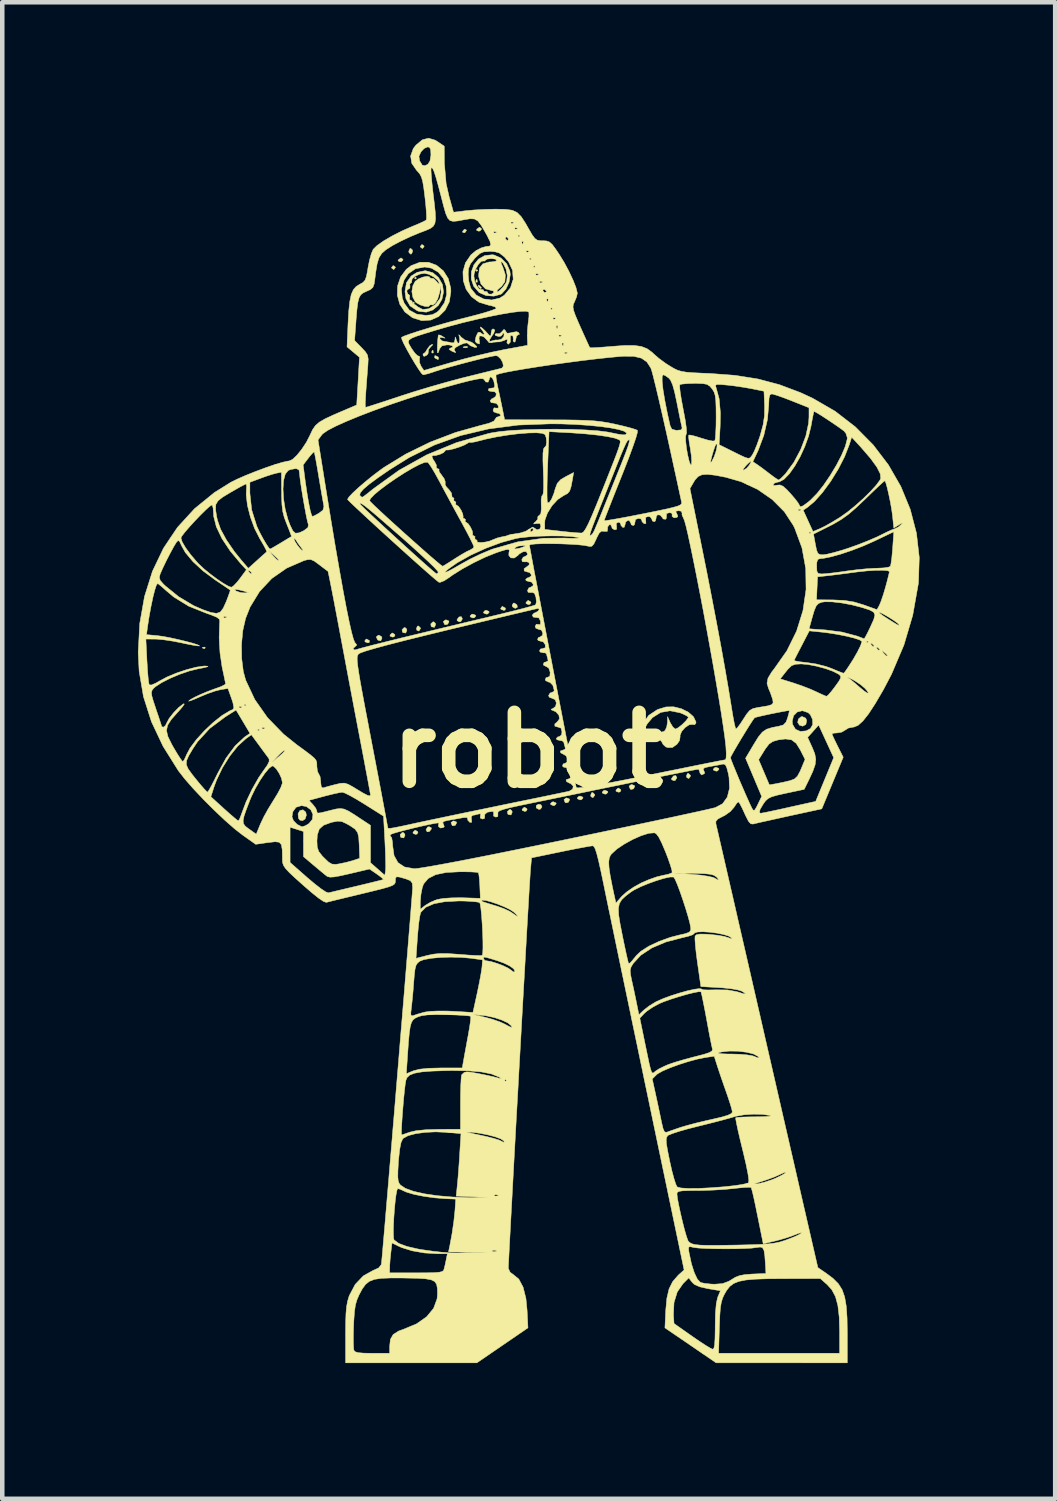
<source format=kicad_pcb>
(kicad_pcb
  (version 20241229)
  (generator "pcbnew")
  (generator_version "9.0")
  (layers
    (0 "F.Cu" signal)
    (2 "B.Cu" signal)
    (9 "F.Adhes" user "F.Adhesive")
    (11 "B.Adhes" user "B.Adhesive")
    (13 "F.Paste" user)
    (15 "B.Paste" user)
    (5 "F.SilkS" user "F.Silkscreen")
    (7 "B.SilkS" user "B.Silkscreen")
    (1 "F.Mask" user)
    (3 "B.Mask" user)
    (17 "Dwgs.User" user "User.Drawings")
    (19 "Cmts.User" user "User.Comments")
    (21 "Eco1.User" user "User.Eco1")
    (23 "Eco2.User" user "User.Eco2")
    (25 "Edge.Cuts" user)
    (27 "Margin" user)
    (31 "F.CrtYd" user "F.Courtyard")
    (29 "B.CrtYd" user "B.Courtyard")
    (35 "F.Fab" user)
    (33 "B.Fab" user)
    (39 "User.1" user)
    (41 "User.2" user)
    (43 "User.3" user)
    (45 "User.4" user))
  (footprint "robot"
    (layer "F.Cu")
    (at 8.612 13.533)
    (property "Reference" "robot" (at 0 0 0) (layer "F.SilkS") (effects (font (size 1.524 1.524) (thickness 0.3))))
    (attr through_hole)
    (fp_poly (pts (xy -2.498 -9.885) (xy -2.519 -9.864) (xy -2.54 -9.885) (xy -2.519 -9.906) (xy -2.498 -9.885)) (stroke (width 0.01) (type solid)) (fill yes) (layer "F.SilkS"))
    (fp_poly (pts (xy -2.455 -10.435) (xy -2.477 -10.414) (xy -2.498 -10.435) (xy -2.477 -10.456) (xy -2.455 -10.435)) (stroke (width 0.01) (type solid)) (fill yes) (layer "F.SilkS"))
    (fp_poly (pts (xy -1.101 -10.604) (xy -1.122 -10.583) (xy -1.143 -10.604) (xy -1.122 -10.626) (xy -1.101 -10.604)) (stroke (width 0.01) (type solid)) (fill yes) (layer "F.SilkS"))
    (fp_poly (pts (xy -7.126 -2.272) (xy -7.132 -2.247) (xy -7.154 -2.244) (xy -7.189 -2.259) (xy -7.183 -2.272) (xy -7.132 -2.277) (xy -7.126 -2.272)) (stroke (width 0.01) (type solid)) (fill yes) (layer "F.SilkS"))
    (fp_poly (pts (xy -2.088 -8.834) (xy -2.083 -8.783) (xy -2.088 -8.777) (xy -2.114 -8.783) (xy -2.117 -8.805) (xy -2.101 -8.84) (xy -2.088 -8.834)) (stroke (width 0.01) (type solid)) (fill yes) (layer "F.SilkS"))
    (fp_poly (pts (xy -1.324 -8.916) (xy -1.336 -8.896) (xy -1.379 -8.893) (xy -1.425 -8.904) (xy -1.405 -8.919) (xy -1.339 -8.924) (xy -1.324 -8.916)) (stroke (width 0.01) (type solid)) (fill yes) (layer "F.SilkS"))
    (fp_poly (pts (xy -1.115 -10.4) (xy -1.11 -10.35) (xy -1.115 -10.343) (xy -1.14 -10.349) (xy -1.143 -10.372) (xy -1.128 -10.407) (xy -1.115 -10.4)) (stroke (width 0.01) (type solid)) (fill yes) (layer "F.SilkS"))
    (fp_poly (pts (xy -2.127 1.718) (xy -2.126 1.744) (xy -2.169 1.8) (xy -2.219 1.807) (xy -2.244 1.76) (xy -2.21 1.702) (xy -2.177 1.693) (xy -2.127 1.718)) (stroke (width 0.01) (type solid)) (fill yes) (layer "F.SilkS"))
    (fp_poly (pts (xy -1.439 -2.903) (xy -1.473 -2.845) (xy -1.506 -2.836) (xy -1.556 -2.861) (xy -1.557 -2.887) (xy -1.514 -2.943) (xy -1.464 -2.95) (xy -1.439 -2.903)) (stroke (width 0.01) (type solid)) (fill yes) (layer "F.SilkS"))
    (fp_poly (pts (xy -1.358 -11.504) (xy -1.351 -11.484) (xy -1.381 -11.444) (xy -1.399 -11.436) (xy -1.435 -11.45) (xy -1.433 -11.47) (xy -1.396 -11.514) (xy -1.358 -11.504)) (stroke (width 0.01) (type solid)) (fill yes) (layer "F.SilkS"))
    (fp_poly (pts (xy -1.065 -10.27) (xy -1.019 -10.227) (xy -1.029 -10.203) (xy -1.035 -10.202) (xy -1.07 -10.232) (xy -1.084 -10.251) (xy -1.089 -10.28) (xy -1.065 -10.27)) (stroke (width 0.01) (type solid)) (fill yes) (layer "F.SilkS"))
    (fp_poly (pts (xy -0.232 -3.208) (xy -0.225 -3.157) (xy -0.272 -3.133) (xy -0.33 -3.167) (xy -0.339 -3.2) (xy -0.314 -3.249) (xy -0.288 -3.25) (xy -0.232 -3.208)) (stroke (width 0.01) (type solid)) (fill yes) (layer "F.SilkS"))
    (fp_poly (pts (xy 2.992 0.66) (xy 2.985 0.71) (xy 2.929 0.752) (xy 2.886 0.734) (xy 2.879 0.702) (xy 2.913 0.644) (xy 2.946 0.635) (xy 2.992 0.66)) (stroke (width 0.01) (type solid)) (fill yes) (layer "F.SilkS"))
    (fp_poly (pts (xy 3.302 0.61) (xy 3.268 0.669) (xy 3.235 0.677) (xy 3.186 0.653) (xy 3.185 0.627) (xy 3.227 0.571) (xy 3.278 0.564) (xy 3.302 0.61)) (stroke (width 0.01) (type solid)) (fill yes) (layer "F.SilkS"))
    (fp_poly (pts (xy -3.501 -2.425) (xy -3.493 -2.413) (xy -3.502 -2.377) (xy -3.532 -2.371) (xy -3.59 -2.393) (xy -3.598 -2.413) (xy -3.568 -2.454) (xy -3.558 -2.455) (xy -3.501 -2.425)) (stroke (width 0.01) (type solid)) (fill yes) (layer "F.SilkS"))
    (fp_poly (pts (xy -3.225 -2.506) (xy -3.217 -2.477) (xy -3.243 -2.418) (xy -3.302 -2.429) (xy -3.316 -2.441) (xy -3.343 -2.503) (xy -3.299 -2.539) (xy -3.281 -2.54) (xy -3.225 -2.506)) (stroke (width 0.01) (type solid)) (fill yes) (layer "F.SilkS"))
    (fp_poly (pts (xy -2.935 -2.556) (xy -2.929 -2.543) (xy -2.95 -2.505) (xy -2.985 -2.498) (xy -3.037 -2.519) (xy -3.04 -2.543) (xy -2.996 -2.587) (xy -2.985 -2.589) (xy -2.935 -2.556)) (stroke (width 0.01) (type solid)) (fill yes) (layer "F.SilkS"))
    (fp_poly (pts (xy -2.922 -10.678) (xy -2.921 -10.668) (xy -2.953 -10.627) (xy -2.963 -10.626) (xy -3.004 -10.658) (xy -3.006 -10.668) (xy -2.973 -10.709) (xy -2.963 -10.71) (xy -2.922 -10.678)) (stroke (width 0.01) (type solid)) (fill yes) (layer "F.SilkS"))
    (fp_poly (pts (xy -2.753 -10.847) (xy -2.752 -10.837) (xy -2.786 -10.8) (xy -2.818 -10.795) (xy -2.861 -10.816) (xy -2.857 -10.837) (xy -2.803 -10.878) (xy -2.792 -10.88) (xy -2.753 -10.847)) (stroke (width 0.01) (type solid)) (fill yes) (layer "F.SilkS"))
    (fp_poly (pts (xy -2.714 1.855) (xy -2.709 1.884) (xy -2.735 1.942) (xy -2.794 1.932) (xy -2.807 1.92) (xy -2.816 1.867) (xy -2.773 1.825) (xy -2.749 1.82) (xy -2.714 1.855)) (stroke (width 0.01) (type solid)) (fill yes) (layer "F.SilkS"))
    (fp_poly (pts (xy -2.671 -2.675) (xy -2.667 -2.646) (xy -2.693 -2.587) (xy -2.751 -2.598) (xy -2.765 -2.609) (xy -2.773 -2.662) (xy -2.73 -2.705) (xy -2.707 -2.709) (xy -2.671 -2.675)) (stroke (width 0.01) (type solid)) (fill yes) (layer "F.SilkS"))
    (fp_poly (pts (xy -2.545 -11.057) (xy -2.54 -11.028) (xy -2.563 -10.971) (xy -2.582 -10.964) (xy -2.62 -10.999) (xy -2.625 -11.028) (xy -2.602 -11.084) (xy -2.582 -11.091) (xy -2.545 -11.057)) (stroke (width 0.01) (type solid)) (fill yes) (layer "F.SilkS"))
    (fp_poly (pts (xy -2.427 1.805) (xy -2.421 1.817) (xy -2.442 1.856) (xy -2.477 1.863) (xy -2.529 1.841) (xy -2.532 1.817) (xy -2.488 1.773) (xy -2.477 1.772) (xy -2.427 1.805)) (stroke (width 0.01) (type solid)) (fill yes) (layer "F.SilkS"))
    (fp_poly (pts (xy -2.366 -2.7) (xy -2.364 -2.688) (xy -2.397 -2.639) (xy -2.41 -2.633) (xy -2.448 -2.653) (xy -2.455 -2.688) (xy -2.434 -2.741) (xy -2.41 -2.744) (xy -2.366 -2.7)) (stroke (width 0.01) (type solid)) (fill yes) (layer "F.SilkS"))
    (fp_poly (pts (xy -2.287 -11.144) (xy -2.286 -11.134) (xy -2.318 -11.093) (xy -2.328 -11.091) (xy -2.369 -11.124) (xy -2.371 -11.134) (xy -2.338 -11.175) (xy -2.328 -11.176) (xy -2.287 -11.144)) (stroke (width 0.01) (type solid)) (fill yes) (layer "F.SilkS"))
    (fp_poly (pts (xy -2.036 -2.802) (xy -2.032 -2.773) (xy -2.058 -2.714) (xy -2.116 -2.725) (xy -2.13 -2.736) (xy -2.138 -2.789) (xy -2.095 -2.832) (xy -2.072 -2.836) (xy -2.036 -2.802)) (stroke (width 0.01) (type solid)) (fill yes) (layer "F.SilkS"))
    (fp_poly (pts (xy -1.977 -8.69) (xy -1.968 -8.678) (xy -1.97 -8.639) (xy -1.985 -8.636) (xy -2.045 -8.667) (xy -2.053 -8.678) (xy -2.051 -8.717) (xy -2.037 -8.721) (xy -1.977 -8.69)) (stroke (width 0.01) (type solid)) (fill yes) (layer "F.SilkS"))
    (fp_poly (pts (xy -1.743 -2.857) (xy -1.736 -2.839) (xy -1.764 -2.784) (xy -1.818 -2.77) (xy -1.836 -2.781) (xy -1.861 -2.842) (xy -1.816 -2.877) (xy -1.799 -2.879) (xy -1.743 -2.857)) (stroke (width 0.01) (type solid)) (fill yes) (layer "F.SilkS"))
    (fp_poly (pts (xy -1.573 1.588) (xy -1.566 1.606) (xy -1.594 1.661) (xy -1.649 1.675) (xy -1.666 1.664) (xy -1.692 1.603) (xy -1.647 1.568) (xy -1.63 1.566) (xy -1.573 1.588)) (stroke (width 0.01) (type solid)) (fill yes) (layer "F.SilkS"))
    (fp_poly (pts (xy -1.15 -2.983) (xy -1.143 -2.963) (xy -1.177 -2.926) (xy -1.206 -2.921) (xy -1.263 -2.944) (xy -1.27 -2.963) (xy -1.236 -3.001) (xy -1.206 -3.006) (xy -1.15 -2.983)) (stroke (width 0.01) (type solid)) (fill yes) (layer "F.SilkS"))
    (fp_poly (pts (xy -1.017 -11.525) (xy -1.016 -11.515) (xy -1.05 -11.478) (xy -1.082 -11.472) (xy -1.126 -11.493) (xy -1.122 -11.515) (xy -1.068 -11.555) (xy -1.056 -11.557) (xy -1.017 -11.525)) (stroke (width 0.01) (type solid)) (fill yes) (layer "F.SilkS"))
    (fp_poly (pts (xy -0.854 -3.067) (xy -0.847 -3.048) (xy -0.881 -3.01) (xy -0.91 -3.006) (xy -0.967 -3.029) (xy -0.974 -3.048) (xy -0.939 -3.086) (xy -0.91 -3.09) (xy -0.854 -3.067)) (stroke (width 0.01) (type solid)) (fill yes) (layer "F.SilkS"))
    (fp_poly (pts (xy -0.495 -3.144) (xy -0.487 -3.133) (xy -0.496 -3.096) (xy -0.527 -3.09) (xy -0.585 -3.112) (xy -0.593 -3.133) (xy -0.562 -3.174) (xy -0.553 -3.175) (xy -0.495 -3.144)) (stroke (width 0.01) (type solid)) (fill yes) (layer "F.SilkS"))
    (fp_poly (pts (xy -0.343 1.347) (xy -0.339 1.376) (xy -0.365 1.434) (xy -0.423 1.424) (xy -0.436 1.412) (xy -0.445 1.359) (xy -0.402 1.317) (xy -0.379 1.312) (xy -0.343 1.347)) (stroke (width 0.01) (type solid)) (fill yes) (layer "F.SilkS"))
    (fp_poly (pts (xy -0.014 1.297) (xy -0.008 1.309) (xy -0.029 1.348) (xy -0.064 1.355) (xy -0.116 1.333) (xy -0.119 1.309) (xy -0.075 1.265) (xy -0.064 1.264) (xy -0.014 1.297)) (stroke (width 0.01) (type solid)) (fill yes) (layer "F.SilkS"))
    (fp_poly (pts (xy 0.071 -3.275) (xy 0.077 -3.263) (xy 0.056 -3.224) (xy 0.021 -3.217) (xy -0.032 -3.239) (xy -0.034 -3.263) (xy 0.009 -3.307) (xy 0.021 -3.308) (xy 0.071 -3.275)) (stroke (width 0.01) (type solid)) (fill yes) (layer "F.SilkS"))
    (fp_poly (pts (xy 0.297 1.207) (xy 0.32 1.256) (xy 0.288 1.303) (xy 0.254 1.312) (xy 0.199 1.282) (xy 0.192 1.273) (xy 0.195 1.223) (xy 0.246 1.196) (xy 0.297 1.207)) (stroke (width 0.01) (type solid)) (fill yes) (layer "F.SilkS"))
    (fp_poly (pts (xy 0.628 1.166) (xy 0.635 1.185) (xy 0.601 1.223) (xy 0.572 1.228) (xy 0.515 1.205) (xy 0.508 1.185) (xy 0.542 1.148) (xy 0.572 1.143) (xy 0.628 1.166)) (stroke (width 0.01) (type solid)) (fill yes) (layer "F.SilkS"))
    (fp_poly (pts (xy 0.924 1.08) (xy 0.931 1.098) (xy 0.903 1.153) (xy 0.849 1.167) (xy 0.831 1.156) (xy 0.806 1.095) (xy 0.851 1.06) (xy 0.868 1.058) (xy 0.924 1.08)) (stroke (width 0.01) (type solid)) (fill yes) (layer "F.SilkS"))
    (fp_poly (pts (xy 1.221 1.039) (xy 1.228 1.058) (xy 1.193 1.096) (xy 1.164 1.101) (xy 1.108 1.078) (xy 1.101 1.058) (xy 1.135 1.021) (xy 1.164 1.016) (xy 1.221 1.039)) (stroke (width 0.01) (type solid)) (fill yes) (layer "F.SilkS"))
    (fp_poly (pts (xy 1.486 0.983) (xy 1.488 0.995) (xy 1.455 1.044) (xy 1.443 1.05) (xy 1.404 1.03) (xy 1.397 0.995) (xy 1.418 0.942) (xy 1.443 0.939) (xy 1.486 0.983)) (stroke (width 0.01) (type solid)) (fill yes) (layer "F.SilkS"))
    (fp_poly (pts (xy 1.771 0.912) (xy 1.778 0.931) (xy 1.744 0.969) (xy 1.714 0.974) (xy 1.658 0.951) (xy 1.651 0.931) (xy 1.685 0.894) (xy 1.714 0.889) (xy 1.771 0.912)) (stroke (width 0.01) (type solid)) (fill yes) (layer "F.SilkS"))
    (fp_poly (pts (xy 2.06 0.873) (xy 2.066 0.886) (xy 2.046 0.924) (xy 2.011 0.931) (xy 1.958 0.91) (xy 1.955 0.886) (xy 1.999 0.842) (xy 2.011 0.84) (xy 2.06 0.873)) (stroke (width 0.01) (type solid)) (fill yes) (layer "F.SilkS"))
    (fp_poly (pts (xy 2.364 0.784) (xy 2.371 0.802) (xy 2.343 0.857) (xy 2.288 0.87) (xy 2.271 0.86) (xy 2.245 0.798) (xy 2.29 0.763) (xy 2.307 0.762) (xy 2.364 0.784)) (stroke (width 0.01) (type solid)) (fill yes) (layer "F.SilkS"))
    (fp_poly (pts (xy 2.695 0.746) (xy 2.701 0.759) (xy 2.681 0.797) (xy 2.646 0.804) (xy 2.593 0.783) (xy 2.59 0.759) (xy 2.634 0.715) (xy 2.646 0.713) (xy 2.695 0.746)) (stroke (width 0.01) (type solid)) (fill yes) (layer "F.SilkS"))
    (fp_poly (pts (xy 3.603 0.56) (xy 3.605 0.572) (xy 3.572 0.621) (xy 3.559 0.627) (xy 3.521 0.606) (xy 3.514 0.572) (xy 3.535 0.519) (xy 3.559 0.516) (xy 3.603 0.56)) (stroke (width 0.01) (type solid)) (fill yes) (layer "F.SilkS"))
    (fp_poly (pts (xy 4.226 0.404) (xy 4.233 0.423) (xy 4.199 0.461) (xy 4.17 0.466) (xy 4.113 0.443) (xy 4.106 0.423) (xy 4.141 0.386) (xy 4.17 0.381) (xy 4.226 0.404)) (stroke (width 0.01) (type solid)) (fill yes) (layer "F.SilkS"))
    (fp_poly (pts (xy -4.902 1.371) (xy -4.889 1.439) (xy -4.916 1.522) (xy -4.975 1.561) (xy -5.037 1.546) (xy -5.063 1.506) (xy -5.073 1.408) (xy -5.033 1.337) (xy -4.964 1.32) (xy -4.902 1.371)) (stroke (width 0.01) (type solid)) (fill yes) (layer "F.SilkS"))
    (fp_poly (pts (xy 6.151 -0.706) (xy 6.172 -0.651) (xy 6.153 -0.565) (xy 6.084 -0.529) (xy 6.014 -0.549) (xy 5.973 -0.612) (xy 5.989 -0.688) (xy 6.048 -0.737) (xy 6.075 -0.741) (xy 6.151 -0.706)) (stroke (width 0.01) (type solid)) (fill yes) (layer "F.SilkS"))
    (fp_poly (pts (xy -2.091 -8.963) (xy -2.134 -8.922) (xy -2.187 -8.861) (xy -2.191 -8.822) (xy -2.198 -8.766) (xy -2.225 -8.732) (xy -2.285 -8.704) (xy -2.307 -8.721) (xy -2.31 -8.76) (xy -2.299 -8.763) (xy -2.256 -8.797) (xy -2.222 -8.856) (xy -2.164 -8.936) (xy -2.117 -8.966) (xy -2.091 -8.963)) (stroke (width 0.01) (type solid)) (fill yes) (layer "F.SilkS"))
    (fp_poly (pts (xy -2.188 -10.785) (xy -2.01 -10.718) (xy -1.86 -10.595) (xy -1.751 -10.423) (xy -1.697 -10.211) (xy -1.694 -10.139) (xy -1.728 -9.911) (xy -1.822 -9.724) (xy -1.963 -9.586) (xy -2.139 -9.507) (xy -2.336 -9.494) (xy -2.539 -9.557) (xy -2.711 -9.686) (xy -2.824 -9.858) (xy -2.878 -10.056) (xy -2.874 -10.192) (xy -2.788 -10.192) (xy -2.769 -9.994) (xy -2.725 -9.879) (xy -2.613 -9.727) (xy -2.451 -9.639) (xy -2.251 -9.611) (xy -2.109 -9.625) (xy -2.002 -9.68) (xy -1.947 -9.73) (xy -1.835 -9.892) (xy -1.787 -10.073) (xy -1.797 -10.257) (xy -1.86 -10.426) (xy -1.971 -10.564) (xy -2.122 -10.654) (xy -2.275 -10.68) (xy -2.476 -10.642) (xy -2.635 -10.532) (xy -2.727 -10.395) (xy -2.788 -10.192) (xy -2.874 -10.192) (xy -2.872 -10.263) (xy -2.806 -10.459) (xy -2.679 -10.629) (xy -2.572 -10.711) (xy -2.38 -10.785) (xy -2.188 -10.785)) (stroke (width 0.01) (type solid)) (fill yes) (layer "F.SilkS"))
    (fp_poly (pts (xy -1.5 -9.17) (xy -1.468 -9.131) (xy -1.385 -9.067) (xy -1.326 -9.049) (xy -1.234 -9.016) (xy -1.171 -8.971) (xy -1.119 -8.917) (xy -1.131 -8.903) (xy -1.172 -8.905) (xy -1.263 -8.941) (xy -1.295 -8.969) (xy -1.337 -9.002) (xy -1.401 -8.994) (xy -1.496 -8.954) (xy -1.594 -8.899) (xy -1.621 -8.854) (xy -1.606 -8.824) (xy -1.586 -8.79) (xy -1.624 -8.799) (xy -1.669 -8.818) (xy -1.734 -8.859) (xy -1.717 -8.882) (xy -1.714 -8.883) (xy -1.653 -8.91) (xy -1.663 -8.939) (xy -1.732 -8.957) (xy -1.787 -8.958) (xy -1.892 -8.936) (xy -1.944 -8.872) (xy -1.952 -8.846) (xy -1.976 -8.784) (xy -1.99 -8.784) (xy -1.994 -8.855) (xy -1.991 -8.963) (xy -1.984 -9.076) (xy -1.974 -9.159) (xy -1.968 -9.18) (xy -1.926 -9.172) (xy -1.876 -9.145) (xy -1.823 -9.108) (xy -1.841 -9.109) (xy -1.877 -9.12) (xy -1.935 -9.121) (xy -1.937 -9.091) (xy -1.885 -9.046) (xy -1.831 -9.034) (xy -1.724 -9.017) (xy -1.676 -9.003) (xy -1.622 -9.006) (xy -1.604 -9.071) (xy -1.599 -9.132) (xy -1.587 -9.116) (xy -1.571 -9.06) (xy -1.54 -8.994) (xy -1.511 -9.003) (xy -1.498 -9.081) (xy -1.506 -9.13) (xy -1.52 -9.183) (xy -1.5 -9.17)) (stroke (width 0.01) (type solid)) (fill yes) (layer "F.SilkS"))
    (fp_poly (pts (xy 3.401 -0.915) (xy 3.555 -0.839) (xy 3.669 -0.738) (xy 3.723 -0.625) (xy 3.725 -0.6) (xy 3.697 -0.561) (xy 3.655 -0.568) (xy 3.575 -0.56) (xy 3.484 -0.499) (xy 3.408 -0.413) (xy 3.372 -0.324) (xy 3.374 -0.297) (xy 3.361 -0.21) (xy 3.306 -0.131) (xy 3.206 -0.058) (xy 3.105 -0.055) (xy 3.056 -0.071) (xy 2.998 -0.125) (xy 2.964 -0.189) (xy 2.893 -0.269) (xy 2.768 -0.316) (xy 2.619 -0.324) (xy 2.557 -0.313) (xy 2.484 -0.307) (xy 2.458 -0.345) (xy 2.48 -0.435) (xy 2.508 -0.499) (xy 2.603 -0.499) (xy 2.61 -0.459) (xy 2.631 -0.448) (xy 2.724 -0.418) (xy 2.752 -0.409) (xy 2.893 -0.385) (xy 3.008 -0.409) (xy 3.04 -0.432) (xy 3.077 -0.509) (xy 3.094 -0.612) (xy 3.097 -0.741) (xy 3.157 -0.603) (xy 3.212 -0.512) (xy 3.266 -0.467) (xy 3.273 -0.466) (xy 3.331 -0.494) (xy 3.415 -0.56) (xy 3.497 -0.641) (xy 3.549 -0.709) (xy 3.556 -0.729) (xy 3.52 -0.758) (xy 3.429 -0.802) (xy 3.372 -0.825) (xy 3.151 -0.869) (xy 2.944 -0.833) (xy 2.763 -0.719) (xy 2.649 -0.583) (xy 2.603 -0.499) (xy 2.508 -0.499) (xy 2.543 -0.578) (xy 2.68 -0.768) (xy 2.874 -0.897) (xy 3.06 -0.954) (xy 3.23 -0.957) (xy 3.401 -0.915)) (stroke (width 0.01) (type solid)) (fill yes) (layer "F.SilkS"))
    (fp_poly (pts (xy -0.738 -10.945) (xy -0.584 -10.877) (xy -0.46 -10.751) (xy -0.39 -10.592) (xy -0.381 -10.514) (xy -0.407 -10.346) (xy -0.476 -10.194) (xy -0.571 -10.088) (xy -0.59 -10.077) (xy -0.744 -10.036) (xy -0.916 -10.049) (xy -1.064 -10.113) (xy -1.073 -10.12) (xy -1.191 -10.257) (xy -1.244 -10.415) (xy -1.242 -10.481) (xy -1.185 -10.481) (xy -1.168 -10.369) (xy -1.124 -10.266) (xy -1.069 -10.195) (xy -1.016 -10.181) (xy -1.013 -10.183) (xy -0.976 -10.176) (xy -0.974 -10.16) (xy -0.948 -10.132) (xy -0.931 -10.139) (xy -0.892 -10.135) (xy -0.889 -10.12) (xy -0.858 -10.082) (xy -0.794 -10.081) (xy -0.741 -10.118) (xy -0.75 -10.143) (xy -0.677 -10.143) (xy -0.656 -10.132) (xy -0.604 -10.171) (xy -0.54 -10.24) (xy -0.483 -10.319) (xy -0.46 -10.367) (xy -0.446 -10.492) (xy -0.476 -10.638) (xy -0.539 -10.761) (xy -0.569 -10.793) (xy -0.589 -10.792) (xy -0.568 -10.727) (xy -0.544 -10.674) (xy -0.489 -10.503) (xy -0.501 -10.354) (xy -0.578 -10.245) (xy -0.598 -10.232) (xy -0.661 -10.176) (xy -0.677 -10.143) (xy -0.75 -10.143) (xy -0.753 -10.152) (xy -0.797 -10.16) (xy -0.93 -10.198) (xy -1.028 -10.303) (xy -1.077 -10.459) (xy -1.08 -10.504) (xy -1.061 -10.658) (xy -0.987 -10.751) (xy -0.851 -10.791) (xy -0.794 -10.793) (xy -0.709 -10.806) (xy -0.677 -10.83) (xy -0.714 -10.855) (xy -0.803 -10.866) (xy -0.804 -10.866) (xy -0.894 -10.855) (xy -0.931 -10.828) (xy -0.931 -10.828) (xy -0.957 -10.808) (xy -0.97 -10.814) (xy -1.024 -10.805) (xy -1.087 -10.738) (xy -1.144 -10.639) (xy -1.18 -10.531) (xy -1.185 -10.481) (xy -1.242 -10.481) (xy -1.24 -10.578) (xy -1.184 -10.73) (xy -1.084 -10.854) (xy -0.946 -10.933) (xy -0.776 -10.951) (xy -0.738 -10.945)) (stroke (width 0.01) (type solid)) (fill yes) (layer "F.SilkS"))
    (fp_poly (pts (xy -2.093 -10.554) (xy -1.968 -10.448) (xy -1.879 -10.291) (xy -1.857 -10.126) (xy -1.891 -9.967) (xy -1.972 -9.831) (xy -2.091 -9.731) (xy -2.237 -9.682) (xy -2.402 -9.7) (xy -2.439 -9.714) (xy -2.597 -9.821) (xy -2.687 -9.978) (xy -2.709 -10.139) (xy -2.667 -10.139) (xy -2.645 -10.082) (xy -2.626 -10.075) (xy -2.603 -10.044) (xy -2.609 -10.012) (xy -2.607 -9.957) (xy -2.587 -9.948) (xy -2.55 -9.923) (xy -2.551 -9.91) (xy -2.535 -9.871) (xy -2.528 -9.869) (xy -2.474 -9.84) (xy -2.43 -9.802) (xy -2.317 -9.742) (xy -2.184 -9.757) (xy -2.048 -9.842) (xy -2.029 -9.86) (xy -1.937 -9.982) (xy -1.91 -10.11) (xy -1.91 -10.125) (xy -1.915 -10.266) (xy -1.945 -10.109) (xy -1.986 -9.972) (xy -2.041 -9.876) (xy -2.099 -9.839) (xy -2.121 -9.845) (xy -2.157 -9.842) (xy -2.159 -9.831) (xy -2.192 -9.805) (xy -2.271 -9.81) (xy -2.369 -9.841) (xy -2.455 -9.888) (xy -2.482 -9.913) (xy -2.535 -10.012) (xy -2.557 -10.138) (xy -2.557 -10.139) (xy -2.535 -10.264) (xy -2.483 -10.364) (xy -2.482 -10.365) (xy -2.409 -10.418) (xy -2.313 -10.457) (xy -2.222 -10.474) (xy -2.166 -10.462) (xy -2.159 -10.447) (xy -2.133 -10.427) (xy -2.12 -10.433) (xy -2.07 -10.421) (xy -2.014 -10.363) (xy -1.967 -10.31) (xy -1.947 -10.317) (xy -1.983 -10.386) (xy -2.071 -10.459) (xy -2.18 -10.518) (xy -2.282 -10.541) (xy -2.385 -10.522) (xy -2.482 -10.477) (xy -2.549 -10.42) (xy -2.56 -10.369) (xy -2.559 -10.369) (xy -2.565 -10.332) (xy -2.579 -10.329) (xy -2.604 -10.298) (xy -2.598 -10.266) (xy -2.6 -10.211) (xy -2.62 -10.202) (xy -2.662 -10.168) (xy -2.667 -10.139) (xy -2.709 -10.139) (xy -2.675 -10.335) (xy -2.572 -10.481) (xy -2.439 -10.563) (xy -2.258 -10.6) (xy -2.093 -10.554)) (stroke (width 0.01) (type solid)) (fill yes) (layer "F.SilkS"))
    (fp_poly (pts (xy -0.997 -9.327) (xy -0.924 -9.256) (xy -0.909 -9.239) (xy -0.842 -9.166) (xy -0.813 -9.153) (xy -0.806 -9.198) (xy -0.806 -9.218) (xy -0.789 -9.292) (xy -0.762 -9.313) (xy -0.722 -9.287) (xy -0.747 -9.213) (xy -0.782 -9.163) (xy -0.834 -9.078) (xy -0.84 -9.034) (xy -0.796 -9.044) (xy -0.794 -9.045) (xy -0.71 -9.067) (xy -0.651 -9.066) (xy -0.577 -9.085) (xy -0.524 -9.142) (xy -0.517 -9.204) (xy -0.528 -9.221) (xy -0.549 -9.21) (xy -0.55 -9.193) (xy -0.586 -9.153) (xy -0.635 -9.144) (xy -0.704 -9.163) (xy -0.72 -9.189) (xy -0.693 -9.212) (xy -0.671 -9.204) (xy -0.611 -9.209) (xy -0.566 -9.25) (xy -0.521 -9.301) (xy -0.494 -9.282) (xy -0.484 -9.259) (xy -0.448 -9.215) (xy -0.375 -9.224) (xy -0.349 -9.233) (xy -0.239 -9.251) (xy -0.196 -9.23) (xy -0.178 -9.192) (xy -0.203 -9.186) (xy -0.244 -9.151) (xy -0.254 -9.102) (xy -0.271 -9.033) (xy -0.295 -9.017) (xy -0.319 -9.048) (xy -0.313 -9.076) (xy -0.32 -9.146) (xy -0.339 -9.165) (xy -0.377 -9.162) (xy -0.379 -9.138) (xy -0.379 -9.021) (xy -0.42 -8.975) (xy -0.428 -8.975) (xy -0.456 -9.006) (xy -0.45 -9.039) (xy -0.444 -9.081) (xy -0.489 -9.069) (xy -0.511 -9.058) (xy -0.611 -9.026) (xy -0.668 -9.024) (xy -0.76 -9.017) (xy -0.792 -9.004) (xy -0.85 -9.009) (xy -0.886 -9.053) (xy -0.956 -9.129) (xy -1.008 -9.154) (xy -1.064 -9.155) (xy -1.072 -9.099) (xy -1.068 -9.075) (xy -1.059 -9) (xy -1.064 -8.978) (xy -1.112 -8.995) (xy -1.129 -9.002) (xy -1.158 -9.041) (xy -1.141 -9.131) (xy -1.135 -9.15) (xy -1.094 -9.233) (xy -1.053 -9.239) (xy -1.045 -9.232) (xy -0.979 -9.186) (xy -0.954 -9.202) (xy -0.989 -9.265) (xy -0.995 -9.271) (xy -1.041 -9.332) (xy -1.042 -9.356) (xy -0.997 -9.327)) (stroke (width 0.01) (type solid)) (fill yes) (layer "F.SilkS"))
    (fp_poly (pts (xy -2.043 -13.485) (xy -1.989 -13.452) (xy -1.841 -13.352) (xy -1.838 -12.973) (xy -1.799 -12.526) (xy -1.735 -12.242) (xy -1.636 -11.891) (xy -1.358 -11.925) (xy -1.18 -11.941) (xy -0.959 -11.953) (xy -0.737 -11.959) (xy -0.692 -11.959) (xy -0.485 -11.955) (xy -0.338 -11.935) (xy -0.23 -11.885) (xy -0.139 -11.793) (xy -0.043 -11.646) (xy 0.023 -11.529) (xy 0.104 -11.39) (xy 0.163 -11.31) (xy 0.22 -11.272) (xy 0.294 -11.261) (xy 0.337 -11.261) (xy 0.421 -11.256) (xy 0.484 -11.234) (xy 0.546 -11.179) (xy 0.622 -11.077) (xy 0.698 -10.965) (xy 0.81 -10.783) (xy 0.915 -10.586) (xy 1.005 -10.395) (xy 1.07 -10.231) (xy 1.1 -10.112) (xy 1.101 -10.095) (xy 1.082 -10.012) (xy 1.038 -9.908) (xy 1.013 -9.852) (xy 1.006 -9.795) (xy 1.019 -9.721) (xy 1.057 -9.613) (xy 1.125 -9.454) (xy 1.171 -9.35) (xy 1.25 -9.174) (xy 1.316 -9.029) (xy 1.361 -8.931) (xy 1.379 -8.897) (xy 1.423 -8.894) (xy 1.535 -8.9) (xy 1.696 -8.911) (xy 1.876 -8.926) (xy 2.151 -8.946) (xy 2.36 -8.946) (xy 2.518 -8.923) (xy 2.644 -8.874) (xy 2.753 -8.795) (xy 2.796 -8.754) (xy 2.909 -8.656) (xy 3.057 -8.548) (xy 3.153 -8.487) (xy 3.241 -8.435) (xy 3.319 -8.398) (xy 3.404 -8.373) (xy 3.512 -8.355) (xy 3.661 -8.343) (xy 3.867 -8.333) (xy 4.027 -8.327) (xy 4.588 -8.285) (xy 5.094 -8.205) (xy 5.569 -8.079) (xy 6.034 -7.904) (xy 6.304 -7.779) (xy 6.8 -7.492) (xy 7.248 -7.146) (xy 7.642 -6.748) (xy 7.979 -6.306) (xy 8.254 -5.828) (xy 8.462 -5.322) (xy 8.599 -4.796) (xy 8.661 -4.257) (xy 8.644 -3.714) (xy 8.639 -3.671) (xy 8.517 -2.983) (xy 8.322 -2.323) (xy 8.048 -1.678) (xy 7.867 -1.333) (xy 7.69 -1.031) (xy 7.541 -0.802) (xy 7.414 -0.642) (xy 7.307 -0.546) (xy 7.215 -0.509) (xy 7.2 -0.508) (xy 7.093 -0.487) (xy 7.027 -0.445) (xy 6.948 -0.398) (xy 6.853 -0.381) (xy 6.766 -0.374) (xy 6.731 -0.359) (xy 6.749 -0.312) (xy 6.795 -0.213) (xy 6.855 -0.09) (xy 6.98 0.157) (xy 6.743 0.728) (xy 6.506 1.299) (xy 5.782 1.456) (xy 5.542 1.509) (xy 5.326 1.557) (xy 5.15 1.596) (xy 5.031 1.624) (xy 4.985 1.635) (xy 4.935 1.629) (xy 4.885 1.573) (xy 4.823 1.452) (xy 4.799 1.4) (xy 4.79 1.379) (xy 5.125 1.379) (xy 5.154 1.397) (xy 5.205 1.388) (xy 5.322 1.365) (xy 5.491 1.329) (xy 5.696 1.284) (xy 5.779 1.265) (xy 6.371 1.134) (xy 6.769 0.167) (xy 6.437 -0.554) (xy 6.315 -0.417) (xy 6.193 -0.281) (xy 6.298 -0.051) (xy 6.352 0.084) (xy 6.373 0.202) (xy 6.359 0.323) (xy 6.307 0.472) (xy 6.215 0.67) (xy 6.211 0.677) (xy 6.117 0.868) (xy 5.717 0.953) (xy 5.528 0.995) (xy 5.402 1.031) (xy 5.321 1.07) (xy 5.264 1.121) (xy 5.219 1.181) (xy 5.143 1.308) (xy 5.125 1.379) (xy 4.79 1.379) (xy 4.739 1.27) (xy 4.69 1.177) (xy 4.662 1.143) (xy 4.625 1.176) (xy 4.571 1.256) (xy 4.566 1.265) (xy 4.483 1.359) (xy 4.361 1.445) (xy 4.321 1.464) (xy 4.21 1.522) (xy 4.165 1.575) (xy 4.165 1.628) (xy 4.178 1.682) (xy 4.208 1.812) (xy 4.254 2.012) (xy 4.315 2.276) (xy 4.389 2.599) (xy 4.475 2.973) (xy 4.572 3.394) (xy 4.677 3.855) (xy 4.791 4.349) (xy 4.911 4.871) (xy 5.017 5.334) (xy 5.149 5.909) (xy 5.281 6.486) (xy 5.412 7.056) (xy 5.539 7.61) (xy 5.66 8.139) (xy 5.774 8.634) (xy 5.878 9.086) (xy 5.97 9.487) (xy 6.048 9.828) (xy 6.11 10.098) (xy 6.133 10.197) (xy 6.419 11.44) (xy 6.603 11.566) (xy 6.755 11.68) (xy 6.871 11.796) (xy 6.955 11.928) (xy 7.012 12.09) (xy 7.047 12.295) (xy 7.065 12.557) (xy 7.07 12.889) (xy 7.07 12.898) (xy 7.07 13.547) (xy 5.62 13.546) (xy 4.17 13.546) (xy 3.861 13.335) (xy 4.225 13.335) (xy 6.9 13.335) (xy 6.9 12.856) (xy 6.891 12.532) (xy 6.861 12.277) (xy 6.808 12.081) (xy 6.726 11.928) (xy 6.623 11.815) (xy 6.474 11.684) (xy 5.639 11.685) (xy 5.299 11.688) (xy 5.032 11.697) (xy 4.827 11.715) (xy 4.672 11.746) (xy 4.558 11.792) (xy 4.472 11.857) (xy 4.403 11.944) (xy 4.353 12.03) (xy 4.312 12.118) (xy 4.284 12.213) (xy 4.264 12.333) (xy 4.252 12.497) (xy 4.243 12.723) (xy 4.241 12.774) (xy 4.225 13.335) (xy 3.861 13.335) (xy 3.604 13.159) (xy 3.038 12.773) (xy 3.052 12.479) (xy 3.226 12.479) (xy 3.239 12.677) (xy 3.641 12.96) (xy 3.804 13.072) (xy 3.945 13.164) (xy 4.048 13.225) (xy 4.096 13.246) (xy 4.12 13.225) (xy 4.136 13.151) (xy 4.145 13.014) (xy 4.149 12.805) (xy 4.149 12.741) (xy 4.155 12.447) (xy 4.174 12.231) (xy 4.205 12.096) (xy 4.207 12.092) (xy 4.265 11.953) (xy 3.986 11.906) (xy 3.806 11.865) (xy 3.691 11.814) (xy 3.637 11.763) (xy 3.565 11.668) (xy 3.437 11.797) (xy 3.311 11.979) (xy 3.239 12.213) (xy 3.226 12.479) (xy 3.052 12.479) (xy 3.056 12.387) (xy 3.081 12.118) (xy 3.129 11.912) (xy 3.209 11.751) (xy 3.327 11.615) (xy 3.343 11.599) (xy 3.462 11.493) (xy 3.358 10.995) (xy 3.56 10.995) (xy 3.565 11.071) (xy 3.574 11.121) (xy 3.625 11.359) (xy 3.688 11.555) (xy 3.755 11.696) (xy 3.823 11.768) (xy 3.828 11.77) (xy 3.921 11.791) (xy 4.059 11.805) (xy 4.136 11.808) (xy 4.311 11.795) (xy 4.451 11.743) (xy 4.513 11.705) (xy 4.598 11.653) (xy 4.686 11.619) (xy 4.799 11.597) (xy 4.957 11.584) (xy 5.122 11.577) (xy 5.271 11.571) (xy 5.259 11.363) (xy 5.246 11.177) (xy 5.228 11.061) (xy 5.196 11.002) (xy 5.144 10.986) (xy 5.069 10.996) (xy 4.962 11.01) (xy 4.794 11.019) (xy 4.586 11.025) (xy 4.36 11.026) (xy 4.134 11.024) (xy 3.93 11.018) (xy 3.769 11.008) (xy 3.67 10.995) (xy 3.667 10.994) (xy 3.589 10.976) (xy 3.56 10.995) (xy 3.358 10.995) (xy 3.11 9.809) (xy 3.304 9.809) (xy 3.304 9.811) (xy 3.314 9.905) (xy 3.342 10.052) (xy 3.38 10.229) (xy 3.424 10.417) (xy 3.469 10.595) (xy 3.511 10.741) (xy 3.544 10.836) (xy 3.555 10.857) (xy 3.589 10.89) (xy 3.637 10.915) (xy 3.71 10.933) (xy 3.819 10.944) (xy 3.974 10.949) (xy 4.187 10.949) (xy 4.469 10.945) (xy 4.614 10.943) (xy 4.917 10.936) (xy 5.149 10.928) (xy 5.326 10.916) (xy 5.463 10.899) (xy 5.575 10.876) (xy 5.675 10.845) (xy 5.682 10.843) (xy 5.836 10.785) (xy 5.96 10.733) (xy 6.038 10.692) (xy 6.056 10.671) (xy 6.048 10.669) (xy 5.995 10.683) (xy 5.898 10.72) (xy 5.869 10.732) (xy 5.74 10.778) (xy 5.573 10.827) (xy 5.464 10.855) (xy 5.211 10.914) (xy 5.167 10.696) (xy 5.138 10.552) (xy 5.099 10.36) (xy 5.057 10.154) (xy 5.043 10.084) (xy 5.006 9.912) (xy 4.974 9.773) (xy 4.95 9.687) (xy 4.942 9.669) (xy 4.893 9.664) (xy 4.781 9.67) (xy 4.628 9.685) (xy 4.568 9.692) (xy 4.364 9.712) (xy 4.117 9.727) (xy 3.866 9.736) (xy 3.758 9.737) (xy 3.556 9.738) (xy 3.423 9.744) (xy 3.347 9.756) (xy 3.312 9.777) (xy 3.304 9.809) (xy 3.11 9.809) (xy 2.86 8.615) (xy 3.066 8.615) (xy 3.072 8.705) (xy 3.095 8.844) (xy 3.136 9.047) (xy 3.148 9.105) (xy 3.193 9.305) (xy 3.239 9.476) (xy 3.279 9.599) (xy 3.309 9.657) (xy 3.311 9.659) (xy 3.395 9.681) (xy 3.552 9.691) (xy 3.77 9.69) (xy 4.037 9.677) (xy 4.344 9.654) (xy 4.381 9.65) (xy 4.573 9.629) (xy 4.734 9.605) (xy 4.801 9.591) (xy 5.019 9.591) (xy 5.049 9.593) (xy 5.101 9.586) (xy 5.239 9.553) (xy 5.404 9.498) (xy 5.493 9.461) (xy 5.613 9.403) (xy 5.693 9.356) (xy 5.715 9.336) (xy 5.682 9.337) (xy 5.602 9.371) (xy 5.577 9.384) (xy 5.46 9.436) (xy 5.302 9.495) (xy 5.186 9.533) (xy 5.063 9.572) (xy 5.019 9.591) (xy 4.801 9.591) (xy 4.846 9.582) (xy 4.887 9.566) (xy 4.893 9.508) (xy 4.875 9.375) (xy 4.835 9.173) (xy 4.773 8.906) (xy 4.756 8.837) (xy 4.7 8.608) (xy 4.654 8.409) (xy 4.621 8.253) (xy 4.603 8.155) (xy 4.603 8.128) (xy 4.65 8.119) (xy 4.764 8.112) (xy 4.923 8.108) (xy 5.044 8.107) (xy 5.208 8.104) (xy 5.324 8.098) (xy 5.377 8.088) (xy 5.368 8.079) (xy 5.205 8.054) (xy 4.998 8.049) (xy 4.785 8.063) (xy 4.604 8.096) (xy 4.572 8.105) (xy 4.461 8.138) (xy 4.289 8.185) (xy 4.077 8.24) (xy 3.845 8.298) (xy 3.771 8.316) (xy 3.551 8.372) (xy 3.357 8.427) (xy 3.207 8.476) (xy 3.116 8.513) (xy 3.099 8.524) (xy 3.076 8.56) (xy 3.066 8.615) (xy 2.86 8.615) (xy 2.661 7.662) (xy 2.579 7.271) (xy 2.758 7.271) (xy 2.836 7.625) (xy 2.88 7.828) (xy 2.924 8.037) (xy 2.96 8.209) (xy 2.963 8.226) (xy 2.996 8.365) (xy 3.026 8.435) (xy 3.064 8.451) (xy 3.083 8.446) (xy 3.161 8.418) (xy 3.287 8.374) (xy 3.387 8.34) (xy 3.529 8.298) (xy 3.724 8.246) (xy 3.942 8.194) (xy 4.075 8.164) (xy 4.29 8.114) (xy 4.431 8.072) (xy 4.507 8.035) (xy 4.529 8.002) (xy 4.515 7.935) (xy 4.478 7.811) (xy 4.425 7.651) (xy 4.4 7.578) (xy 4.331 7.382) (xy 4.263 7.185) (xy 4.209 7.023) (xy 4.199 6.993) (xy 4.128 6.768) (xy 3.937 6.795) (xy 3.762 6.83) (xy 3.558 6.885) (xy 3.347 6.952) (xy 3.149 7.025) (xy 2.985 7.095) (xy 2.876 7.157) (xy 2.855 7.174) (xy 2.758 7.271) (xy 2.579 7.271) (xy 2.54 7.083) (xy 2.421 6.511) (xy 2.304 5.955) (xy 2.299 5.927) (xy 2.483 5.927) (xy 2.598 6.488) (xy 2.651 6.742) (xy 2.689 6.924) (xy 2.718 7.043) (xy 2.741 7.112) (xy 2.762 7.139) (xy 2.785 7.136) (xy 2.813 7.112) (xy 2.827 7.1) (xy 2.908 7.047) (xy 3.034 6.985) (xy 3.111 6.952) (xy 3.251 6.904) (xy 3.44 6.848) (xy 3.645 6.792) (xy 3.716 6.774) (xy 3.902 6.726) (xy 3.975 6.702) (xy 4.217 6.702) (xy 4.281 6.713) (xy 4.42 6.719) (xy 4.508 6.719) (xy 4.693 6.724) (xy 4.855 6.738) (xy 4.97 6.757) (xy 4.995 6.765) (xy 5.092 6.804) (xy 5.123 6.807) (xy 5.099 6.776) (xy 5.094 6.77) (xy 4.998 6.718) (xy 4.844 6.68) (xy 4.658 6.657) (xy 4.467 6.654) (xy 4.295 6.672) (xy 4.233 6.687) (xy 4.217 6.702) (xy 3.975 6.702) (xy 4.018 6.688) (xy 4.076 6.654) (xy 4.09 6.619) (xy 4.088 6.61) (xy 4.073 6.544) (xy 4.046 6.413) (xy 4.011 6.233) (xy 3.972 6.021) (xy 3.959 5.95) (xy 3.919 5.738) (xy 3.883 5.557) (xy 3.855 5.422) (xy 3.837 5.351) (xy 3.833 5.343) (xy 3.782 5.342) (xy 3.671 5.363) (xy 3.519 5.401) (xy 3.347 5.451) (xy 3.173 5.506) (xy 3.018 5.561) (xy 2.912 5.605) (xy 2.767 5.684) (xy 2.64 5.77) (xy 2.583 5.82) (xy 2.483 5.927) (xy 2.299 5.927) (xy 2.193 5.421) (xy 2.088 4.917) (xy 2.077 4.865) (xy 2.27 4.865) (xy 2.277 4.957) (xy 2.306 5.101) (xy 2.349 5.294) (xy 2.393 5.504) (xy 2.413 5.603) (xy 2.463 5.85) (xy 2.576 5.745) (xy 2.689 5.657) (xy 2.827 5.572) (xy 2.857 5.556) (xy 3.006 5.491) (xy 3.181 5.427) (xy 3.365 5.369) (xy 3.541 5.32) (xy 3.692 5.287) (xy 3.801 5.273) (xy 3.851 5.282) (xy 3.852 5.287) (xy 3.891 5.299) (xy 3.993 5.303) (xy 4.138 5.3) (xy 4.159 5.299) (xy 4.422 5.303) (xy 4.63 5.341) (xy 4.646 5.346) (xy 4.77 5.386) (xy 4.82 5.391) (xy 4.794 5.364) (xy 4.731 5.326) (xy 4.647 5.301) (xy 4.504 5.276) (xy 4.326 5.257) (xy 4.234 5.251) (xy 3.833 5.228) (xy 3.757 4.699) (xy 3.73 4.493) (xy 3.711 4.314) (xy 3.702 4.182) (xy 3.704 4.113) (xy 3.705 4.111) (xy 3.736 4.081) (xy 3.811 4.067) (xy 3.945 4.069) (xy 4.04 4.076) (xy 4.207 4.094) (xy 4.352 4.12) (xy 4.443 4.148) (xy 4.446 4.149) (xy 4.509 4.174) (xy 4.512 4.154) (xy 4.452 4.113) (xy 4.337 4.077) (xy 4.19 4.047) (xy 4.03 4.026) (xy 3.88 4.016) (xy 3.76 4.021) (xy 3.692 4.042) (xy 3.683 4.058) (xy 3.645 4.085) (xy 3.546 4.118) (xy 3.427 4.146) (xy 3.06 4.242) (xy 2.75 4.373) (xy 2.505 4.535) (xy 2.338 4.715) (xy 2.29 4.794) (xy 2.27 4.865) (xy 2.077 4.865) (xy 1.991 4.452) (xy 1.904 4.032) (xy 1.828 3.665) (xy 1.793 3.499) (xy 2.009 3.499) (xy 2.015 3.642) (xy 2.046 3.836) (xy 2.094 4.08) (xy 2.138 4.296) (xy 2.178 4.482) (xy 2.21 4.623) (xy 2.23 4.703) (xy 2.234 4.714) (xy 2.267 4.708) (xy 2.321 4.647) (xy 2.324 4.643) (xy 2.41 4.538) (xy 2.507 4.447) (xy 2.681 4.336) (xy 2.909 4.229) (xy 3.158 4.139) (xy 3.353 4.089) (xy 3.498 4.056) (xy 3.576 4.025) (xy 3.608 3.987) (xy 3.609 3.932) (xy 3.59 3.829) (xy 3.55 3.679) (xy 3.496 3.5) (xy 3.434 3.31) (xy 3.371 3.127) (xy 3.312 2.971) (xy 3.263 2.858) (xy 3.231 2.807) (xy 3.229 2.806) (xy 3.151 2.806) (xy 3.018 2.835) (xy 2.851 2.886) (xy 2.672 2.95) (xy 2.5 3.021) (xy 2.359 3.091) (xy 2.295 3.131) (xy 2.17 3.225) (xy 2.083 3.307) (xy 2.031 3.393) (xy 2.009 3.499) (xy 1.793 3.499) (xy 1.764 3.359) (xy 1.715 3.122) (xy 1.685 2.974) (xy 1.622 2.674) (xy 1.577 2.472) (xy 1.796 2.472) (xy 1.802 2.597) (xy 1.828 2.773) (xy 1.874 3.01) (xy 1.911 3.183) (xy 1.955 3.381) (xy 2.088 3.229) (xy 2.195 3.134) (xy 2.348 3.029) (xy 2.513 2.938) (xy 2.514 2.937) (xy 2.685 2.863) (xy 2.856 2.803) (xy 2.99 2.77) (xy 2.991 2.77) (xy 3.108 2.746) (xy 3.181 2.719) (xy 3.239 2.719) (xy 3.641 2.747) (xy 3.826 2.764) (xy 3.986 2.788) (xy 4.098 2.813) (xy 4.128 2.825) (xy 4.212 2.871) (xy 4.23 2.865) (xy 4.18 2.807) (xy 4.177 2.805) (xy 4.126 2.769) (xy 4.046 2.746) (xy 3.919 2.732) (xy 3.729 2.726) (xy 3.671 2.725) (xy 3.239 2.719) (xy 3.181 2.719) (xy 3.185 2.718) (xy 3.197 2.707) (xy 3.192 2.656) (xy 3.159 2.544) (xy 3.105 2.39) (xy 3.054 2.257) (xy 2.968 2.054) (xy 2.901 1.922) (xy 2.846 1.85) (xy 2.806 1.829) (xy 2.682 1.839) (xy 2.514 1.892) (xy 2.326 1.975) (xy 2.139 2.078) (xy 1.975 2.188) (xy 1.857 2.296) (xy 1.837 2.322) (xy 1.808 2.384) (xy 1.796 2.472) (xy 1.577 2.472) (xy 1.572 2.449) (xy 1.531 2.29) (xy 1.498 2.187) (xy 1.469 2.132) (xy 1.443 2.116) (xy 1.38 2.124) (xy 1.25 2.147) (xy 1.069 2.181) (xy 0.854 2.224) (xy 0.733 2.249) (xy 0.09 2.382) (xy 0.066 2.641) (xy 0.061 2.714) (xy 0.052 2.864) (xy 0.038 3.084) (xy 0.022 3.366) (xy 0.002 3.704) (xy -0.02 4.09) (xy -0.044 4.519) (xy -0.07 4.982) (xy -0.098 5.472) (xy -0.127 5.984) (xy -0.156 6.51) (xy -0.186 7.043) (xy -0.215 7.575) (xy -0.245 8.101) (xy -0.273 8.613) (xy -0.3 9.104) (xy -0.325 9.568) (xy -0.348 9.996) (xy -0.369 10.383) (xy -0.387 10.722) (xy -0.402 11.005) (xy -0.413 11.225) (xy -0.421 11.376) (xy -0.424 11.45) (xy -0.424 11.455) (xy -0.385 11.543) (xy -0.319 11.591) (xy -0.193 11.694) (xy -0.098 11.872) (xy -0.035 12.121) (xy -0.009 12.387) (xy 0.01 12.773) (xy -0.555 13.16) (xy -1.12 13.547) (xy -4.022 13.547) (xy -4.022 13.095) (xy -3.85 13.095) (xy -3.845 13.218) (xy -3.838 13.27) (xy -3.808 13.302) (xy -3.741 13.322) (xy -3.619 13.332) (xy -3.43 13.335) (xy -3.048 13.335) (xy -3.048 13.184) (xy -3.031 13.027) (xy -2.97 12.92) (xy -2.849 12.843) (xy -2.738 12.803) (xy -2.451 12.683) (xy -2.229 12.527) (xy -2.076 12.341) (xy -1.999 12.13) (xy -1.99 12.024) (xy -1.993 11.902) (xy -2.009 11.812) (xy -2.05 11.75) (xy -2.129 11.711) (xy -2.255 11.688) (xy -2.442 11.677) (xy -2.7 11.672) (xy -2.738 11.671) (xy -3.019 11.67) (xy -3.23 11.678) (xy -3.384 11.701) (xy -3.497 11.745) (xy -3.582 11.814) (xy -3.654 11.914) (xy -3.723 12.043) (xy -3.771 12.153) (xy -3.804 12.268) (xy -3.825 12.411) (xy -3.839 12.605) (xy -3.845 12.727) (xy -3.85 12.925) (xy -3.85 13.095) (xy -4.022 13.095) (xy -4.022 12.913) (xy -4.02 12.65) (xy -4.013 12.453) (xy -4 12.305) (xy -3.978 12.186) (xy -3.947 12.08) (xy -3.937 12.054) (xy -3.809 11.812) (xy -3.63 11.624) (xy -3.51 11.557) (xy -3.048 11.557) (xy -2.458 11.557) (xy -2.222 11.556) (xy -2.057 11.552) (xy -1.95 11.543) (xy -1.888 11.528) (xy -1.857 11.505) (xy -1.848 11.483) (xy -1.824 11.389) (xy -1.799 11.271) (xy -1.771 11.134) (xy -2.002 11.134) (xy -2.279 11.117) (xy -2.549 11.07) (xy -2.779 10.999) (xy -2.842 10.971) (xy -2.996 10.895) (xy -3.021 11.11) (xy -3.037 11.261) (xy -3.046 11.396) (xy -3.048 11.441) (xy -3.048 11.557) (xy -3.51 11.557) (xy -3.415 11.504) (xy -3.407 11.501) (xy -3.289 11.447) (xy -3.236 11.379) (xy -3.228 11.341) (xy -3.219 11.248) (xy -3.204 11.081) (xy -3.184 10.847) (xy -3.17 10.689) (xy -2.966 10.689) (xy -2.96 10.794) (xy -2.95 10.829) (xy -2.846 10.906) (xy -2.664 10.974) (xy -2.414 11.031) (xy -2.321 11.046) (xy -2.084 11.08) (xy -1.895 11.101) (xy -1.722 11.113) (xy -1.53 11.118) (xy -1.312 11.118) (xy -0.91 11.116) (xy -1.328 11.102) (xy -1.746 11.088) (xy -1.744 11.081) (xy -0.786 11.081) (xy -0.744 11.088) (xy -0.689 11.08) (xy -0.689 11.066) (xy -0.745 11.056) (xy -0.77 11.062) (xy -0.786 11.081) (xy -1.744 11.081) (xy -1.717 10.952) (xy -1.669 10.693) (xy -1.629 10.418) (xy -1.603 10.172) (xy -1.601 10.139) (xy -1.587 9.927) (xy -1.82 9.917) (xy -2.058 9.898) (xy -2.293 9.865) (xy -2.504 9.823) (xy -2.665 9.776) (xy -2.716 9.755) (xy -2.809 9.711) (xy -2.867 9.693) (xy -2.868 9.693) (xy -2.887 9.732) (xy -2.907 9.837) (xy -2.926 9.988) (xy -2.943 10.169) (xy -2.956 10.358) (xy -2.964 10.538) (xy -2.966 10.689) (xy -3.17 10.689) (xy -3.158 10.553) (xy -3.129 10.207) (xy -3.096 9.815) (xy -3.064 9.439) (xy -2.867 9.439) (xy -2.858 9.526) (xy -2.835 9.583) (xy -2.81 9.615) (xy -2.7 9.689) (xy -2.518 9.755) (xy -2.275 9.81) (xy -1.985 9.852) (xy -1.659 9.88) (xy -1.309 9.892) (xy -1.206 9.892) (xy -0.868 9.889) (xy -1.222 9.874) (xy -1.577 9.86) (xy -1.576 9.854) (xy -0.744 9.854) (xy -0.702 9.86) (xy -0.647 9.853) (xy -0.646 9.838) (xy -0.703 9.828) (xy -0.728 9.835) (xy -0.744 9.854) (xy -1.576 9.854) (xy -1.552 9.618) (xy -1.538 9.469) (xy -1.522 9.268) (xy -1.506 9.047) (xy -1.499 8.928) (xy -1.471 8.479) (xy -1.79 8.45) (xy -1.922 8.445) (xy -1.341 8.445) (xy -1.298 8.459) (xy -1.177 8.485) (xy -1.07 8.508) (xy -0.891 8.547) (xy -0.737 8.587) (xy -0.631 8.62) (xy -0.605 8.632) (xy -0.53 8.671) (xy -0.514 8.666) (xy -0.528 8.637) (xy -0.59 8.595) (xy -0.715 8.549) (xy -0.879 8.506) (xy -1.063 8.47) (xy -1.213 8.451) (xy -1.311 8.443) (xy -1.341 8.445) (xy -1.922 8.445) (xy -2.029 8.44) (xy -2.263 8.451) (xy -2.473 8.48) (xy -2.64 8.524) (xy -2.745 8.581) (xy -2.756 8.592) (xy -2.796 8.676) (xy -2.826 8.828) (xy -2.85 9.056) (xy -2.854 9.103) (xy -2.865 9.304) (xy -2.867 9.439) (xy -3.064 9.439) (xy -3.06 9.385) (xy -3.021 8.923) (xy -2.98 8.437) (xy -2.979 8.416) (xy -2.787 8.416) (xy -2.787 8.495) (xy -2.783 8.508) (xy -2.741 8.495) (xy -2.647 8.462) (xy -2.603 8.447) (xy -2.456 8.413) (xy -2.236 8.392) (xy -1.958 8.384) (xy -1.958 8.384) (xy -1.482 8.382) (xy -1.482 7.814) (xy -1.48 7.598) (xy -1.475 7.41) (xy -1.469 7.303) (xy -0.508 7.303) (xy -0.487 7.324) (xy -0.466 7.303) (xy -0.487 7.281) (xy -0.508 7.303) (xy -1.469 7.303) (xy -1.467 7.266) (xy -1.458 7.186) (xy -1.456 7.179) (xy -1.398 7.125) (xy -1.34 7.113) (xy -1.25 7.122) (xy -1.108 7.147) (xy -0.94 7.18) (xy -0.776 7.216) (xy -0.645 7.25) (xy -0.614 7.259) (xy -0.577 7.266) (xy -0.616 7.236) (xy -0.635 7.225) (xy -0.796 7.16) (xy -1.02 7.115) (xy -1.314 7.09) (xy -1.684 7.084) (xy -1.82 7.087) (xy -2.118 7.097) (xy -2.341 7.115) (xy -2.5 7.144) (xy -2.605 7.185) (xy -2.665 7.242) (xy -2.688 7.299) (xy -2.704 7.393) (xy -2.721 7.539) (xy -2.739 7.719) (xy -2.755 7.914) (xy -2.77 8.107) (xy -2.781 8.28) (xy -2.787 8.416) (xy -2.979 8.416) (xy -2.938 7.933) (xy -2.896 7.42) (xy -2.874 7.155) (xy -2.679 7.155) (xy -2.526 7.091) (xy -2.39 7.055) (xy -2.185 7.034) (xy -1.908 7.027) (xy -1.443 7.027) (xy -1.415 6.869) (xy -1.395 6.756) (xy -1.364 6.589) (xy -1.329 6.396) (xy -1.312 6.308) (xy -1.282 6.133) (xy -1.261 5.993) (xy -1.254 5.904) (xy -1.257 5.884) (xy -1.304 5.875) (xy -1.419 5.865) (xy -1.584 5.856) (xy -1.775 5.849) (xy -2.028 5.846) (xy -2.213 5.854) (xy -2.345 5.873) (xy -2.421 5.897) (xy -2.486 5.928) (xy -2.533 5.967) (xy -2.568 6.027) (xy -2.594 6.122) (xy -2.614 6.263) (xy -2.632 6.463) (xy -2.65 6.721) (xy -2.679 7.155) (xy -2.874 7.155) (xy -2.853 6.903) (xy -2.811 6.391) (xy -2.769 5.889) (xy -2.764 5.825) (xy -2.581 5.825) (xy -2.572 5.873) (xy -2.536 5.873) (xy -2.514 5.865) (xy -2.451 5.844) (xy -1.206 5.844) (xy -0.943 5.905) (xy -0.772 5.952) (xy -0.608 6.01) (xy -0.519 6.05) (xy -0.407 6.109) (xy -0.354 6.132) (xy -0.346 6.122) (xy -0.363 6.091) (xy -0.436 6.03) (xy -0.568 5.968) (xy -0.734 5.913) (xy -0.91 5.875) (xy -0.974 5.867) (xy -1.206 5.844) (xy -2.451 5.844) (xy -2.421 5.834) (xy -2.294 5.798) (xy -2.265 5.791) (xy -2.149 5.775) (xy -1.975 5.768) (xy -1.772 5.769) (xy -1.651 5.774) (xy -1.206 5.8) (xy -1.111 5.366) (xy -1.07 5.167) (xy -1.035 4.984) (xy -1.012 4.841) (xy -1.005 4.785) (xy -0.995 4.637) (xy -1.162 4.614) (xy -0.974 4.614) (xy -0.939 4.652) (xy -0.912 4.657) (xy -0.813 4.673) (xy -0.677 4.714) (xy -0.536 4.768) (xy -0.423 4.823) (xy -0.383 4.851) (xy -0.31 4.904) (xy -0.276 4.903) (xy -0.294 4.854) (xy -0.318 4.826) (xy -0.398 4.769) (xy -0.529 4.706) (xy -0.668 4.656) (xy -0.823 4.608) (xy -0.914 4.583) (xy -0.958 4.577) (xy -0.973 4.589) (xy -0.974 4.614) (xy -1.162 4.614) (xy -1.249 4.602) (xy -1.464 4.583) (xy -1.696 4.577) (xy -1.925 4.584) (xy -2.131 4.603) (xy -2.291 4.632) (xy -2.38 4.666) (xy -2.431 4.707) (xy -2.465 4.76) (xy -2.487 4.846) (xy -2.503 4.983) (xy -2.515 5.13) (xy -2.53 5.33) (xy -2.548 5.522) (xy -2.564 5.673) (xy -2.569 5.711) (xy -2.581 5.825) (xy -2.764 5.825) (xy -2.729 5.406) (xy -2.692 4.949) (xy -2.664 4.604) (xy -2.465 4.604) (xy -2.217 4.54) (xy -2.079 4.511) (xy -1.938 4.497) (xy -1.769 4.498) (xy -1.545 4.513) (xy -1.503 4.516) (xy -1.312 4.531) (xy -1.151 4.54) (xy -1.041 4.542) (xy -1.001 4.538) (xy -0.99 4.491) (xy -0.985 4.379) (xy -0.986 4.221) (xy -0.992 4.036) (xy -1.002 3.843) (xy -1.015 3.66) (xy -1.03 3.508) (xy -1.046 3.406) (xy -1.057 3.373) (xy -1.111 3.358) (xy -1.23 3.345) (xy -1.394 3.337) (xy -1.51 3.335) (xy -1.82 3.35) (xy -2.067 3.396) (xy -2.247 3.473) (xy -2.352 3.578) (xy -2.366 3.607) (xy -2.385 3.69) (xy -2.405 3.834) (xy -2.423 4.017) (xy -2.434 4.155) (xy -2.465 4.604) (xy -2.664 4.604) (xy -2.657 4.523) (xy -2.626 4.137) (xy -2.598 3.798) (xy -2.576 3.52) (xy -2.371 3.52) (xy -2.259 3.432) (xy -2.143 3.363) (xy -2.07 3.333) (xy -1.015 3.333) (xy -1.003 3.346) (xy -0.955 3.364) (xy -0.856 3.395) (xy -0.693 3.445) (xy -0.677 3.449) (xy -0.527 3.503) (xy -0.394 3.565) (xy -0.339 3.6) (xy -0.246 3.665) (xy -0.214 3.676) (xy -0.246 3.635) (xy -0.308 3.577) (xy -0.39 3.524) (xy -0.516 3.463) (xy -0.663 3.404) (xy -0.807 3.355) (xy -0.926 3.323) (xy -0.999 3.317) (xy -1.007 3.322) (xy -1.015 3.333) (xy -2.07 3.333) (xy -2 3.305) (xy -1.978 3.299) (xy -1.856 3.279) (xy -1.682 3.267) (xy -1.487 3.264) (xy -1.425 3.265) (xy -1.043 3.277) (xy -1.054 3.004) (xy -1.063 2.86) (xy -1.075 2.754) (xy -1.087 2.709) (xy -1.136 2.7) (xy -1.249 2.693) (xy -1.407 2.69) (xy -1.496 2.69) (xy -1.8 2.706) (xy -2.03 2.754) (xy -2.193 2.837) (xy -2.295 2.956) (xy -2.325 3.034) (xy -2.356 3.19) (xy -2.37 3.349) (xy -2.37 3.358) (xy -2.371 3.52) (xy -2.576 3.52) (xy -2.576 3.513) (xy -2.558 3.288) (xy -2.546 3.131) (xy -2.54 3.049) (xy -2.54 3.04) (xy -2.548 2.942) (xy -2.589 2.887) (xy -2.686 2.848) (xy -2.704 2.843) (xy -2.829 2.807) (xy -2.894 2.801) (xy -2.918 2.829) (xy -2.921 2.896) (xy -2.921 2.896) (xy -2.925 2.934) (xy -2.945 2.965) (xy -2.991 2.995) (xy -3.076 3.026) (xy -3.209 3.064) (xy -3.404 3.113) (xy -3.651 3.173) (xy -3.892 3.231) (xy -4.107 3.283) (xy -4.281 3.325) (xy -4.401 3.355) (xy -4.447 3.367) (xy -4.507 3.347) (xy -4.619 3.272) (xy -4.776 3.146) (xy -4.966 2.981) (xy -5.143 2.822) (xy -5.267 2.706) (xy -5.346 2.621) (xy -5.392 2.554) (xy -5.413 2.493) (xy -5.414 2.484) (xy -5.249 2.484) (xy -4.858 2.828) (xy -4.701 2.96) (xy -4.564 3.066) (xy -4.46 3.135) (xy -4.403 3.156) (xy -4.403 3.156) (xy -4.34 3.141) (xy -4.212 3.11) (xy -4.035 3.068) (xy -3.828 3.019) (xy -3.768 3.005) (xy -3.56 2.955) (xy -3.385 2.912) (xy -3.256 2.88) (xy -3.19 2.862) (xy -3.185 2.859) (xy -3.209 2.832) (xy -3.284 2.774) (xy -3.333 2.739) (xy -3.493 2.629) (xy -3.932 2.733) (xy -4.137 2.779) (xy -4.277 2.804) (xy -4.367 2.809) (xy -4.423 2.795) (xy -4.44 2.784) (xy -4.507 2.73) (xy -4.614 2.641) (xy -4.731 2.543) (xy -4.953 2.355) (xy -4.953 2.009) (xy -4.655 2.009) (xy -4.649 2.143) (xy -4.616 2.24) (xy -4.54 2.338) (xy -4.498 2.381) (xy -4.399 2.476) (xy -4.324 2.52) (xy -4.241 2.526) (xy -4.17 2.516) (xy -4.016 2.484) (xy -3.867 2.444) (xy -3.855 2.44) (xy -3.71 2.392) (xy -3.721 2.098) (xy -3.731 1.931) (xy -3.756 1.823) (xy -3.814 1.746) (xy -3.919 1.674) (xy -4.01 1.623) (xy -4.106 1.579) (xy -4.196 1.571) (xy -4.318 1.594) (xy -4.345 1.601) (xy -4.508 1.661) (xy -4.603 1.746) (xy -4.647 1.876) (xy -4.655 2.009) (xy -4.953 2.009) (xy -4.953 1.799) (xy -5.101 1.752) (xy -5.249 1.706) (xy -5.249 2.484) (xy -5.414 2.484) (xy -5.419 2.424) (xy -5.419 2.378) (xy -5.423 2.198) (xy -5.442 2.09) (xy -5.49 2.037) (xy -5.58 2.026) (xy -5.726 2.043) (xy -5.738 2.044) (xy -6.009 2.083) (xy -6.296 1.88) (xy -6.477 1.739) (xy -6.694 1.548) (xy -6.93 1.325) (xy -7.168 1.087) (xy -7.22 1.031) (xy -7 1.031) (xy -6.707 1.298) (xy -6.577 1.414) (xy -6.472 1.504) (xy -6.406 1.557) (xy -6.392 1.565) (xy -6.388 1.559) (xy -6.287 1.559) (xy -6.279 1.627) (xy -6.242 1.679) (xy -6.177 1.731) (xy -6.155 1.746) (xy -5.997 1.859) (xy -5.905 1.634) (xy -5.835 1.486) (xy -5.83 1.476) (xy -5.207 1.476) (xy -5.173 1.561) (xy -5.092 1.643) (xy -4.999 1.69) (xy -4.974 1.693) (xy -4.909 1.671) (xy -4.835 1.627) (xy -4.756 1.532) (xy -4.744 1.422) (xy -4.791 1.32) (xy -4.888 1.248) (xy -4.997 1.228) (xy -5.117 1.264) (xy -5.189 1.364) (xy -5.207 1.476) (xy -5.83 1.476) (xy -5.736 1.306) (xy -5.628 1.13) (xy -5.616 1.111) (xy -5.616 1.111) (xy -4.831 1.111) (xy -4.744 1.204) (xy -4.681 1.286) (xy -4.657 1.347) (xy -4.654 1.379) (xy -4.633 1.392) (xy -4.577 1.387) (xy -4.468 1.361) (xy -4.355 1.332) (xy -4.232 1.302) (xy -4.139 1.291) (xy -4.054 1.304) (xy -3.957 1.348) (xy -3.825 1.429) (xy -3.694 1.516) (xy -3.471 1.663) (xy -3.471 2.489) (xy -3.154 2.768) (xy -3.139 2.665) (xy -3.135 2.584) (xy -3.137 2.439) (xy -3.142 2.249) (xy -3.152 2.034) (xy -3.153 2.011) (xy -3.159 1.901) (xy -3.041 1.901) (xy -3.025 1.905) (xy -3.001 1.943) (xy -2.985 2.04) (xy -2.981 2.113) (xy -2.95 2.332) (xy -2.863 2.488) (xy -2.718 2.584) (xy -2.511 2.621) (xy -2.492 2.622) (xy -2.418 2.614) (xy -2.27 2.591) (xy -2.059 2.555) (xy -1.795 2.507) (xy -1.486 2.449) (xy -1.144 2.382) (xy -0.778 2.31) (xy -0.651 2.284) (xy -0.221 2.197) (xy 0.23 2.105) (xy 0.692 2.01) (xy 1.158 1.913) (xy 1.618 1.817) (xy 2.066 1.723) (xy 2.493 1.633) (xy 2.889 1.549) (xy 3.247 1.473) (xy 3.559 1.405) (xy 3.816 1.349) (xy 4.009 1.305) (xy 4.131 1.276) (xy 4.155 1.27) (xy 4.313 1.185) (xy 4.417 1.04) (xy 4.466 0.843) (xy 4.455 0.601) (xy 4.439 0.517) (xy 4.405 0.387) (xy 4.373 0.323) (xy 4.33 0.308) (xy 4.3 0.313) (xy 4.202 0.333) (xy 4.069 0.357) (xy 4.032 0.363) (xy 3.92 0.388) (xy 3.883 0.418) (xy 3.894 0.443) (xy 3.917 0.503) (xy 3.908 0.522) (xy 3.847 0.549) (xy 3.811 0.505) (xy 3.81 0.487) (xy 3.788 0.43) (xy 3.77 0.423) (xy 3.72 0.432) (xy 3.597 0.455) (xy 3.411 0.492) (xy 3.171 0.54) (xy 2.887 0.597) (xy 2.569 0.662) (xy 2.277 0.722) (xy 1.896 0.8) (xy 1.504 0.88) (xy 1.119 0.96) (xy 0.757 1.034) (xy 0.436 1.1) (xy 0.172 1.154) (xy 0.074 1.174) (xy -0.194 1.23) (xy -0.39 1.273) (xy -0.523 1.308) (xy -0.605 1.336) (xy -0.646 1.362) (xy -0.657 1.389) (xy -0.654 1.405) (xy -0.656 1.468) (xy -0.7 1.482) (xy -0.751 1.457) (xy -0.747 1.418) (xy -0.753 1.363) (xy -0.781 1.355) (xy -0.889 1.374) (xy -0.946 1.423) (xy -0.945 1.464) (xy -0.955 1.515) (xy -0.995 1.524) (xy -1.046 1.501) (xy -1.041 1.456) (xy -1.038 1.407) (xy -1.082 1.413) (xy -1.175 1.437) (xy -1.206 1.439) (xy -1.244 1.472) (xy -1.238 1.53) (xy -1.234 1.595) (xy -1.274 1.598) (xy -1.32 1.55) (xy -1.321 1.524) (xy -1.337 1.49) (xy -1.416 1.492) (xy -1.448 1.498) (xy -1.591 1.525) (xy -1.742 1.551) (xy -1.747 1.552) (xy -1.847 1.575) (xy -1.875 1.605) (xy -1.861 1.632) (xy -1.84 1.691) (xy -1.861 1.713) (xy -1.924 1.723) (xy -1.969 1.69) (xy -1.967 1.648) (xy -1.96 1.611) (xy -1.967 1.609) (xy -2.039 1.618) (xy -2.169 1.644) (xy -2.335 1.68) (xy -2.518 1.723) (xy -2.698 1.768) (xy -2.856 1.809) (xy -2.971 1.843) (xy -3.023 1.864) (xy -3.024 1.864) (xy -3.041 1.901) (xy -3.159 1.901) (xy -3.183 1.46) (xy -3.602 1.196) (xy -3.774 1.091) (xy -3.924 1.006) (xy -4.037 0.95) (xy -4.093 0.931) (xy -4.166 0.942) (xy -4.295 0.97) (xy -4.456 1.01) (xy -4.497 1.021) (xy -4.831 1.111) (xy -5.616 1.111) (xy -5.525 0.962) (xy -5.455 0.83) (xy -5.421 0.736) (xy -5.419 0.719) (xy -5.439 0.624) (xy -5.489 0.515) (xy -5.553 0.417) (xy -5.614 0.357) (xy -5.646 0.35) (xy -5.717 0.405) (xy -5.811 0.518) (xy -5.915 0.672) (xy -6.017 0.848) (xy -6.105 1.028) (xy -6.135 1.101) (xy -6.216 1.312) (xy -6.267 1.459) (xy -6.287 1.559) (xy -6.388 1.559) (xy -6.368 1.53) (xy -6.332 1.439) (xy -6.317 1.396) (xy -6.221 1.142) (xy -6.09 0.867) (xy -5.944 0.61) (xy -5.841 0.46) (xy -5.752 0.334) (xy -5.72 0.269) (xy -5.652 0.269) (xy -5.499 0.145) (xy -5.413 0.068) (xy -5.366 0.015) (xy -5.363 0.002) (xy -5.399 0.018) (xy -5.471 0.081) (xy -5.515 0.126) (xy -5.652 0.269) (xy -5.72 0.269) (xy -5.712 0.253) (xy -5.713 0.198) (xy -5.728 0.173) (xy -5.779 0.104) (xy -5.861 -0.007) (xy -5.941 -0.117) (xy -6.104 -0.339) (xy -6.226 -0.252) (xy -6.403 -0.092) (xy -6.58 0.129) (xy -6.742 0.387) (xy -6.873 0.66) (xy -6.926 0.801) (xy -7 1.031) (xy -7.22 1.031) (xy -7.39 0.851) (xy -7.579 0.635) (xy -7.718 0.457) (xy -7.802 0.323) (xy -7.543 0.323) (xy -7.501 0.417) (xy -7.412 0.54) (xy -7.341 0.629) (xy -7.233 0.761) (xy -7.143 0.864) (xy -7.086 0.922) (xy -7.074 0.93) (xy -7.047 0.893) (xy -6.992 0.796) (xy -6.918 0.653) (xy -6.851 0.517) (xy -6.664 0.176) (xy -6.464 -0.094) (xy -6.257 -0.287) (xy -6.232 -0.304) (xy -6.135 -0.37) (xy -6.18 -0.445) (xy -5.969 -0.445) (xy -5.948 -0.423) (xy -5.927 -0.445) (xy -5.948 -0.466) (xy -5.969 -0.445) (xy -6.18 -0.445) (xy -6.209 -0.494) (xy -5.87 -0.494) (xy -5.864 -0.469) (xy -5.842 -0.466) (xy -5.807 -0.481) (xy -5.814 -0.494) (xy -5.864 -0.499) (xy -5.87 -0.494) (xy -6.209 -0.494) (xy -6.289 -0.628) (xy -6.443 -0.886) (xy -6.682 -0.735) (xy -7.027 -0.477) (xy -7.296 -0.183) (xy -7.397 -0.032) (xy -7.489 0.123) (xy -7.538 0.233) (xy -7.543 0.323) (xy -7.802 0.323) (xy -8.057 -0.084) (xy -8.314 -0.628) (xy -8.49 -1.18) (xy -8.586 -1.744) (xy -8.607 -2.159) (xy -8.591 -2.455) (xy -8.437 -2.455) (xy -8.413 -1.97) (xy -8.401 -1.774) (xy -8.388 -1.608) (xy -8.374 -1.491) (xy -8.363 -1.443) (xy -8.315 -1.439) (xy -8.217 -1.481) (xy -8.137 -1.527) (xy -7.97 -1.616) (xy -7.761 -1.703) (xy -7.538 -1.778) (xy -7.328 -1.833) (xy -7.158 -1.858) (xy -7.12 -1.859) (xy -7.063 -1.853) (xy -7.081 -1.84) (xy -7.177 -1.817) (xy -7.278 -1.798) (xy -7.474 -1.75) (xy -7.69 -1.676) (xy -7.903 -1.586) (xy -8.089 -1.491) (xy -8.227 -1.401) (xy -8.269 -1.363) (xy -8.301 -1.32) (xy -8.314 -1.272) (xy -8.306 -1.2) (xy -8.273 -1.084) (xy -8.214 -0.908) (xy -8.214 -0.906) (xy -8.158 -0.742) (xy -8.115 -0.612) (xy -8.09 -0.533) (xy -8.086 -0.519) (xy -8.053 -0.508) (xy -8.046 -0.508) (xy -8.004 -0.543) (xy -7.979 -0.595) (xy -7.924 -0.698) (xy -7.827 -0.823) (xy -7.714 -0.94) (xy -7.612 -1.019) (xy -7.604 -1.024) (xy -7.587 -1.019) (xy -7.623 -0.964) (xy -7.702 -0.871) (xy -7.734 -0.836) (xy -7.876 -0.676) (xy -7.957 -0.549) (xy -7.981 -0.432) (xy -7.95 -0.3) (xy -7.867 -0.131) (xy -7.829 -0.063) (xy -7.744 0.08) (xy -7.674 0.189) (xy -7.629 0.248) (xy -7.621 0.254) (xy -7.591 0.219) (xy -7.55 0.132) (xy -7.545 0.116) (xy -7.459 -0.047) (xy -7.318 -0.235) (xy -7.141 -0.429) (xy -6.947 -0.612) (xy -6.752 -0.766) (xy -6.575 -0.872) (xy -6.51 -0.899) (xy -6.492 -0.944) (xy -6.495 -0.96) (xy -6.378 -0.96) (xy -6.372 -0.934) (xy -6.35 -0.931) (xy -6.315 -0.947) (xy -6.322 -0.96) (xy -6.372 -0.965) (xy -6.378 -0.96) (xy -6.495 -0.96) (xy -6.502 -0.995) (xy -6.265 -0.995) (xy -6.244 -0.974) (xy -6.223 -0.995) (xy -6.244 -1.016) (xy -6.265 -0.995) (xy -6.502 -0.995) (xy -6.515 -1.055) (xy -6.543 -1.139) (xy -6.623 -1.362) (xy -6.786 -1.336) (xy -6.91 -1.305) (xy -7.073 -1.248) (xy -7.221 -1.187) (xy -7.354 -1.129) (xy -7.451 -1.091) (xy -7.493 -1.081) (xy -7.493 -1.081) (xy -7.457 -1.114) (xy -7.362 -1.167) (xy -7.229 -1.23) (xy -7.079 -1.293) (xy -6.932 -1.348) (xy -6.9 -1.359) (xy -6.776 -1.404) (xy -6.695 -1.445) (xy -6.674 -1.468) (xy -6.686 -1.523) (xy -6.71 -1.639) (xy -6.743 -1.794) (xy -6.753 -1.841) (xy -6.798 -2.148) (xy -6.809 -2.337) (xy -6.323 -2.337) (xy -6.319 -2.026) (xy -6.283 -1.738) (xy -6.231 -1.548) (xy -6.029 -1.118) (xy -5.749 -0.719) (xy -5.393 -0.353) (xy -5.101 -0.119) (xy -4.92 0.013) (xy -4.797 0.106) (xy -4.719 0.172) (xy -4.677 0.222) (xy -4.66 0.269) (xy -4.657 0.323) (xy -4.657 0.359) (xy -4.645 0.464) (xy -4.618 0.527) (xy -4.614 0.529) (xy -4.586 0.585) (xy -4.572 0.689) (xy -4.572 0.706) (xy -4.56 0.811) (xy -4.525 0.838) (xy -4.519 0.836) (xy -4.45 0.815) (xy -4.331 0.782) (xy -4.249 0.761) (xy -4.132 0.734) (xy -4.048 0.73) (xy -3.968 0.754) (xy -3.86 0.813) (xy -3.784 0.86) (xy -3.629 0.953) (xy -3.533 1.002) (xy -3.484 1.012) (xy -3.471 0.991) (xy -3.479 0.944) (xy -3.501 0.825) (xy -3.534 0.644) (xy -3.578 0.412) (xy -3.629 0.139) (xy -3.687 -0.164) (xy -3.703 -0.247) (xy -3.778 -0.64) (xy -3.863 -1.087) (xy -3.952 -1.559) (xy -4.04 -2.028) (xy -4.04 -2.029) (xy -3.766 -2.029) (xy -3.763 -1.958) (xy -3.752 -1.855) (xy -3.731 -1.714) (xy -3.7 -1.527) (xy -3.656 -1.285) (xy -3.6 -0.983) (xy -3.529 -0.612) (xy -3.449 -0.191) (xy -3.375 0.195) (xy -3.306 0.556) (xy -3.244 0.882) (xy -3.191 1.165) (xy -3.147 1.398) (xy -3.115 1.571) (xy -3.096 1.675) (xy -3.091 1.704) (xy -3.088 1.721) (xy -3.071 1.73) (xy -3.029 1.729) (xy -2.948 1.716) (xy -2.818 1.69) (xy -2.625 1.649) (xy -2.453 1.611) (xy -2.266 1.571) (xy -2.011 1.517) (xy -1.706 1.453) (xy -1.366 1.382) (xy -1.006 1.308) (xy -0.644 1.233) (xy -0.529 1.209) (xy -0.198 1.141) (xy 0.11 1.078) (xy 0.383 1.022) (xy 0.612 0.974) (xy 0.785 0.938) (xy 0.893 0.915) (xy 0.921 0.909) (xy 0.998 0.864) (xy 1.011 0.797) (xy 0.958 0.741) (xy 0.931 0.732) (xy 0.861 0.695) (xy 0.853 0.655) (xy 0.912 0.635) (xy 0.915 0.635) (xy 0.963 0.61) (xy 0.957 0.568) (xy 0.934 0.471) (xy 0.931 0.439) (xy 0.898 0.392) (xy 0.862 0.39) (xy 0.792 0.374) (xy 0.773 0.349) (xy 0.79 0.304) (xy 0.822 0.296) (xy 0.877 0.267) (xy 0.888 0.201) (xy 0.859 0.132) (xy 0.804 0.097) (xy 0.734 0.06) (xy 0.726 0.02) (xy 0.785 0.00002) (xy 0.788 0) (xy 0.836 -0.025) (xy 0.83 -0.067) (xy 0.807 -0.148) (xy 0.804 -0.173) (xy 0.769 -0.204) (xy 0.72 -0.212) (xy 0.651 -0.229) (xy 0.635 -0.254) (xy 0.669 -0.292) (xy 0.699 -0.296) (xy 0.75 -0.333) (xy 0.762 -0.402) (xy 0.742 -0.485) (xy 0.677 -0.508) (xy 0.605 -0.529) (xy 0.604 -0.578) (xy 0.661 -0.627) (xy 0.707 -0.69) (xy 0.693 -0.773) (xy 0.629 -0.845) (xy 0.581 -0.868) (xy 0.52 -0.893) (xy 0.536 -0.91) (xy 0.561 -0.918) (xy 0.621 -0.966) (xy 0.638 -1.043) (xy 0.612 -1.114) (xy 0.55 -1.143) (xy 0.481 -1.169) (xy 0.466 -1.206) (xy 0.5 -1.263) (xy 0.529 -1.27) (xy 0.584 -1.298) (xy 0.59 -1.323) (xy 0.56 -1.432) (xy 0.499 -1.496) (xy 0.469 -1.503) (xy 0.404 -1.534) (xy 0.392 -1.556) (xy 0.41 -1.601) (xy 0.444 -1.609) (xy 0.494 -1.633) (xy 0.501 -1.718) (xy 0.5 -1.725) (xy 0.471 -1.811) (xy 0.427 -1.841) (xy 0.361 -1.873) (xy 0.349 -1.894) (xy 0.367 -1.939) (xy 0.403 -1.947) (xy 0.454 -1.971) (xy 0.449 -2.014) (xy 0.426 -2.096) (xy 0.423 -2.122) (xy 0.39 -2.151) (xy 0.354 -2.15) (xy 0.284 -2.166) (xy 0.265 -2.191) (xy 0.284 -2.234) (xy 0.331 -2.244) (xy 0.393 -2.263) (xy 0.393 -2.329) (xy 0.349 -2.393) (xy 0.306 -2.403) (xy 0.239 -2.422) (xy 0.223 -2.445) (xy 0.24 -2.49) (xy 0.272 -2.498) (xy 0.327 -2.533) (xy 0.339 -2.582) (xy 0.309 -2.653) (xy 0.254 -2.667) (xy 0.184 -2.695) (xy 0.169 -2.735) (xy 0.195 -2.783) (xy 0.236 -2.778) (xy 0.284 -2.777) (xy 0.289 -2.842) (xy 0.289 -2.847) (xy 0.252 -2.922) (xy 0.204 -2.93) (xy 0.129 -2.94) (xy 0.104 -2.982) (xy 0.14 -3.025) (xy 0.165 -3.035) (xy 0.227 -3.067) (xy 0.259 -3.108) (xy 0.242 -3.132) (xy 0.234 -3.133) (xy 0.19 -3.123) (xy 0.072 -3.096) (xy -0.112 -3.052) (xy -0.354 -2.995) (xy -0.646 -2.925) (xy -0.979 -2.845) (xy -1.346 -2.757) (xy -1.723 -2.667) (xy -2.252 -2.538) (xy -2.7 -2.427) (xy -3.066 -2.333) (xy -3.351 -2.256) (xy -3.558 -2.196) (xy -3.685 -2.152) (xy -3.733 -2.127) (xy -3.749 -2.106) (xy -3.761 -2.075) (xy -3.766 -2.029) (xy -4.04 -2.029) (xy -4.122 -2.463) (xy -4.167 -2.705) (xy -4.226 -3.017) (xy -4.28 -3.301) (xy -4.328 -3.547) (xy -4.367 -3.743) (xy -4.395 -3.881) (xy -4.41 -3.948) (xy -4.412 -3.954) (xy -4.449 -3.98) (xy -4.532 -4.043) (xy -4.605 -4.099) (xy -4.714 -4.179) (xy -4.791 -4.213) (xy -4.866 -4.21) (xy -4.944 -4.188) (xy -5.324 -4.023) (xy -5.653 -3.794) (xy -5.924 -3.505) (xy -6.133 -3.163) (xy -6.233 -2.91) (xy -6.294 -2.642) (xy -6.323 -2.337) (xy -6.809 -2.337) (xy -6.817 -2.487) (xy -6.807 -2.808) (xy -6.803 -2.85) (xy -6.816 -2.897) (xy -6.876 -2.941) (xy -6.897 -2.949) (xy -6.717 -2.949) (xy -6.711 -2.924) (xy -6.689 -2.921) (xy -6.654 -2.936) (xy -6.66 -2.949) (xy -6.711 -2.954) (xy -6.717 -2.949) (xy -6.897 -2.949) (xy -6.997 -2.99) (xy -7.099 -3.025) (xy -7.488 -3.181) (xy -7.818 -3.383) (xy -7.982 -3.52) (xy -8.081 -3.609) (xy -8.154 -3.668) (xy -8.179 -3.683) (xy -8.206 -3.644) (xy -8.241 -3.536) (xy -8.282 -3.374) (xy -8.324 -3.175) (xy -8.365 -2.952) (xy -8.4 -2.726) (xy -8.423 -2.552) (xy -8.18 -2.53) (xy -8.058 -2.513) (xy -7.902 -2.484) (xy -7.729 -2.446) (xy -7.559 -2.405) (xy -7.411 -2.366) (xy -7.302 -2.332) (xy -7.252 -2.307) (xy -7.251 -2.302) (xy -7.296 -2.304) (xy -7.405 -2.321) (xy -7.558 -2.351) (xy -7.644 -2.37) (xy -7.843 -2.409) (xy -8.038 -2.438) (xy -8.195 -2.453) (xy -8.23 -2.454) (xy -8.437 -2.455) (xy -8.591 -2.455) (xy -8.573 -2.798) (xy -8.467 -3.397) (xy -8.335 -3.816) (xy -8.14 -3.816) (xy -8.12 -3.752) (xy -8.05 -3.671) (xy -8.008 -3.631) (xy -7.712 -3.391) (xy -7.382 -3.194) (xy -7.176 -3.104) (xy -6.997 -3.042) (xy -6.876 -3.023) (xy -6.792 -3.051) (xy -6.728 -3.135) (xy -6.663 -3.277) (xy -6.613 -3.408) (xy -6.58 -3.502) (xy -6.572 -3.538) (xy -6.587 -3.548) (xy -6.477 -3.548) (xy -6.445 -3.521) (xy -6.435 -3.514) (xy -6.343 -3.483) (xy -6.265 -3.476) (xy -6.16 -3.48) (xy -6.265 -3.514) (xy -6.371 -3.541) (xy -6.435 -3.551) (xy -6.477 -3.548) (xy -6.587 -3.548) (xy -6.61 -3.564) (xy -6.701 -3.626) (xy -6.831 -3.713) (xy -6.904 -3.762) (xy -7.174 -3.962) (xy -7.397 -4.168) (xy -7.564 -4.368) (xy -7.647 -4.516) (xy -7.69 -4.61) (xy -7.721 -4.635) (xy -7.756 -4.602) (xy -7.767 -4.587) (xy -7.823 -4.494) (xy -7.9 -4.352) (xy -7.984 -4.189) (xy -8.06 -4.031) (xy -8.115 -3.907) (xy -8.122 -3.89) (xy -8.14 -3.816) (xy -8.335 -3.816) (xy -8.292 -3.953) (xy -8.048 -4.463) (xy -7.897 -4.689) (xy -7.662 -4.689) (xy -7.634 -4.601) (xy -7.558 -4.472) (xy -7.446 -4.32) (xy -7.31 -4.16) (xy -7.267 -4.114) (xy -7.153 -4.007) (xy -7.011 -3.891) (xy -6.861 -3.779) (xy -6.721 -3.685) (xy -6.609 -3.621) (xy -6.546 -3.6) (xy -6.497 -3.633) (xy -6.419 -3.715) (xy -6.356 -3.795) (xy -6.229 -3.967) (xy -6.174 -3.967) (xy -6.164 -3.944) (xy -6.121 -3.898) (xy -6.096 -3.907) (xy -6.096 -3.913) (xy -6.126 -3.949) (xy -6.145 -3.962) (xy -6.174 -3.967) (xy -6.229 -3.967) (xy -6.214 -3.987) (xy -6.338 -4.121) (xy -6.572 -4.401) (xy -6.755 -4.676) (xy -6.879 -4.936) (xy -6.938 -5.168) (xy -6.942 -5.239) (xy -6.948 -5.32) (xy -6.897 -5.32) (xy -6.872 -5.163) (xy -6.854 -5.081) (xy -6.785 -4.882) (xy -6.657 -4.647) (xy -6.482 -4.391) (xy -6.328 -4.2) (xy -6.172 -4.019) (xy -5.975 -4.197) (xy -5.871 -4.291) (xy -5.794 -4.359) (xy -5.764 -4.385) (xy -5.778 -4.423) (xy -5.778 -4.424) (xy -5.736 -4.424) (xy -5.634 -4.307) (xy -5.551 -4.219) (xy -5.511 -4.191) (xy -5.503 -4.205) (xy -5.532 -4.239) (xy -5.602 -4.305) (xy -5.62 -4.321) (xy -5.736 -4.424) (xy -5.778 -4.424) (xy -5.826 -4.516) (xy -5.9 -4.644) (xy -5.921 -4.679) (xy -6.035 -4.903) (xy -6.127 -5.155) (xy -6.191 -5.406) (xy -6.218 -5.631) (xy -6.215 -5.737) (xy -6.21 -5.834) (xy -6.219 -5.883) (xy -6.222 -5.884) (xy -6.267 -5.864) (xy -6.367 -5.811) (xy -6.503 -5.733) (xy -6.573 -5.693) (xy -6.739 -5.593) (xy -6.841 -5.512) (xy -6.891 -5.428) (xy -6.897 -5.32) (xy -6.948 -5.32) (xy -6.95 -5.349) (xy -6.968 -5.412) (xy -6.978 -5.419) (xy -7.026 -5.389) (xy -7.114 -5.31) (xy -7.228 -5.198) (xy -7.352 -5.068) (xy -7.472 -4.937) (xy -7.574 -4.819) (xy -7.642 -4.73) (xy -7.662 -4.689) (xy -7.897 -4.689) (xy -7.738 -4.925) (xy -7.362 -5.336) (xy -6.922 -5.694) (xy -6.566 -5.916) (xy -6.558 -5.921) (xy -6.138 -5.921) (xy -6.138 -5.68) (xy -6.098 -5.311) (xy -5.984 -4.948) (xy -5.927 -4.826) (xy -5.844 -4.671) (xy -5.769 -4.544) (xy -5.714 -4.464) (xy -5.692 -4.445) (xy -5.651 -4.465) (xy -5.56 -4.518) (xy -5.453 -4.581) (xy -5.335 -4.653) (xy -5.3 -4.673) (xy -5.163 -4.673) (xy -5.141 -4.613) (xy -5.086 -4.527) (xy -5.022 -4.448) (xy -4.971 -4.404) (xy -4.965 -4.403) (xy -4.969 -4.429) (xy -5.004 -4.477) (xy -5.079 -4.578) (xy -5.115 -4.636) (xy -5.151 -4.683) (xy -5.163 -4.673) (xy -5.3 -4.673) (xy -5.25 -4.703) (xy -5.219 -4.721) (xy -5.229 -4.758) (xy -5.265 -4.854) (xy -5.318 -4.987) (xy -5.322 -4.997) (xy -5.377 -5.142) (xy -5.411 -5.275) (xy -5.429 -5.424) (xy -5.437 -5.619) (xy -5.437 -5.707) (xy -5.438 -5.773) (xy -5.405 -5.773) (xy -5.393 -5.556) (xy -5.357 -5.326) (xy -5.297 -5.102) (xy -5.249 -4.973) (xy -5.188 -4.848) (xy -5.13 -4.795) (xy -5.05 -4.803) (xy -4.947 -4.85) (xy -4.855 -4.919) (xy -4.844 -4.981) (xy -4.866 -5.062) (xy -4.896 -5.204) (xy -4.93 -5.386) (xy -4.965 -5.586) (xy -4.997 -5.781) (xy -5.022 -5.95) (xy -5.036 -6.07) (xy -5.038 -6.103) (xy -5.052 -6.193) (xy -5.107 -6.222) (xy -5.125 -6.223) (xy -5.238 -6.203) (xy -5.291 -6.181) (xy -5.355 -6.102) (xy -5.393 -5.961) (xy -5.405 -5.773) (xy -5.438 -5.773) (xy -5.44 -6.144) (xy -5.547 -6.123) (xy -5.645 -6.097) (xy -5.786 -6.051) (xy -5.896 -6.011) (xy -6.138 -5.921) (xy -6.558 -5.921) (xy -6.421 -5.989) (xy -6.232 -6.072) (xy -6.019 -6.157) (xy -5.8 -6.239) (xy -5.611 -6.304) (xy -4.96 -6.304) (xy -4.912 -5.935) (xy -4.875 -5.684) (xy -4.839 -5.469) (xy -4.805 -5.303) (xy -4.775 -5.198) (xy -4.755 -5.165) (xy -4.707 -5.184) (xy -4.62 -5.232) (xy -4.609 -5.238) (xy -4.523 -5.305) (xy -4.501 -5.38) (xy -4.506 -5.418) (xy -4.521 -5.5) (xy -4.547 -5.645) (xy -4.579 -5.833) (xy -4.615 -6.044) (xy -4.616 -6.053) (xy -4.65 -6.253) (xy -4.68 -6.421) (xy -4.703 -6.539) (xy -4.716 -6.592) (xy -4.717 -6.594) (xy -4.747 -6.571) (xy -4.81 -6.5) (xy -4.845 -6.455) (xy -4.96 -6.304) (xy -5.611 -6.304) (xy -5.595 -6.309) (xy -5.421 -6.362) (xy -5.299 -6.389) (xy -5.269 -6.392) (xy -5.194 -6.427) (xy -5.096 -6.52) (xy -4.99 -6.652) (xy -4.889 -6.805) (xy -4.862 -6.857) (xy -4.631 -6.857) (xy -4.453 -5.746) (xy -4.346 -5.09) (xy -4.248 -4.499) (xy -4.157 -3.976) (xy -4.076 -3.522) (xy -4.004 -3.14) (xy -3.941 -2.832) (xy -3.889 -2.602) (xy -3.847 -2.45) (xy -3.817 -2.379) (xy -3.814 -2.376) (xy -3.773 -2.325) (xy -3.799 -2.299) (xy -3.849 -2.253) (xy -3.852 -2.236) (xy -3.821 -2.213) (xy -3.778 -2.224) (xy -3.717 -2.243) (xy -3.586 -2.278) (xy -3.399 -2.327) (xy -3.167 -2.385) (xy -2.905 -2.45) (xy -2.773 -2.483) (xy -2.434 -2.565) (xy -2.044 -2.659) (xy -1.633 -2.758) (xy -1.233 -2.854) (xy -0.873 -2.939) (xy -0.847 -2.946) (xy -0.568 -3.013) (xy -0.316 -3.075) (xy -0.104 -3.129) (xy 0.057 -3.173) (xy 0.155 -3.202) (xy 0.18 -3.213) (xy 0.196 -3.272) (xy 0.187 -3.372) (xy 0.187 -3.374) (xy 0.156 -3.464) (xy 0.106 -3.487) (xy 0.08 -3.482) (xy 0.014 -3.488) (xy 0 -3.53) (xy 0.032 -3.589) (xy 0.064 -3.598) (xy 0.12 -3.632) (xy 0.127 -3.662) (xy 0.092 -3.714) (xy 0.042 -3.725) (xy -0.026 -3.743) (xy -0.042 -3.768) (xy -0.008 -3.805) (xy 0.021 -3.81) (xy 0.077 -3.844) (xy 0.085 -3.873) (xy 0.049 -3.925) (xy 0 -3.937) (xy -0.072 -3.96) (xy -0.076 -4.009) (xy -0.021 -4.049) (xy 0.037 -4.095) (xy 0.035 -4.145) (xy -0.02 -4.165) (xy -0.042 -4.161) (xy -0.112 -4.164) (xy -0.127 -4.207) (xy -0.095 -4.266) (xy -0.064 -4.276) (xy -0.008 -4.31) (xy 0 -4.341) (xy -0.028 -4.389) (xy -0.095 -4.387) (xy -0.178 -4.339) (xy -0.216 -4.3) (xy -0.294 -4.246) (xy -0.369 -4.25) (xy -0.413 -4.303) (xy -0.411 -4.361) (xy -0.401 -4.414) (xy -0.417 -4.437) (xy -0.474 -4.432) (xy -0.585 -4.399) (xy -0.692 -4.363) (xy -0.925 -4.27) (xy -1.185 -4.145) (xy -1.439 -4.007) (xy -1.657 -3.87) (xy -1.727 -3.819) (xy -1.843 -3.743) (xy -1.931 -3.709) (xy -1.96 -3.712) (xy -2.013 -3.753) (xy -2.116 -3.841) (xy -2.261 -3.968) (xy -2.438 -4.125) (xy -2.638 -4.304) (xy -2.852 -4.497) (xy -3.071 -4.695) (xy -3.285 -4.89) (xy -3.486 -5.075) (xy -3.664 -5.24) (xy -3.811 -5.377) (xy -3.887 -5.449) (xy -3.709 -5.449) (xy -3.683 -5.418) (xy -3.604 -5.34) (xy -3.481 -5.223) (xy -3.324 -5.077) (xy -3.144 -4.91) (xy -2.949 -4.731) (xy -2.749 -4.549) (xy -2.555 -4.373) (xy -2.376 -4.212) (xy -2.222 -4.075) (xy -2.103 -3.971) (xy -2.028 -3.909) (xy -2.007 -3.895) (xy -1.977 -3.924) (xy -1.974 -3.929) (xy -1.818 -3.929) (xy -1.758 -3.951) (xy -1.642 -4.013) (xy -1.481 -4.106) (xy -1.273 -4.221) (xy -1.033 -4.337) (xy -0.808 -4.431) (xy -0.779 -4.442) (xy -0.734 -4.455) (xy -0.296 -4.455) (xy -0.265 -4.448) (xy -0.254 -4.449) (xy -0.163 -4.467) (xy -0.106 -4.487) (xy -0.021 -4.524) (xy -0.106 -4.526) (xy -0.21 -4.508) (xy -0.254 -4.487) (xy -0.296 -4.455) (xy -0.734 -4.455) (xy -0.466 -4.532) (xy 0.042 -4.532) (xy 0.05 -4.484) (xy 0.073 -4.362) (xy 0.108 -4.173) (xy 0.154 -3.927) (xy 0.211 -3.633) (xy 0.275 -3.298) (xy 0.345 -2.931) (xy 0.42 -2.542) (xy 0.498 -2.137) (xy 0.577 -1.727) (xy 0.656 -1.319) (xy 0.733 -0.923) (xy 0.806 -0.546) (xy 0.874 -0.197) (xy 0.935 0.114) (xy 0.988 0.38) (xy 1.03 0.593) (xy 1.06 0.742) (xy 1.077 0.821) (xy 1.079 0.83) (xy 1.124 0.835) (xy 1.251 0.821) (xy 1.459 0.788) (xy 1.746 0.736) (xy 2.112 0.666) (xy 2.555 0.578) (xy 2.716 0.545) (xy 3.076 0.472) (xy 3.409 0.405) (xy 3.708 0.344) (xy 3.963 0.293) (xy 4.165 0.253) (xy 4.304 0.226) (xy 4.372 0.214) (xy 4.376 0.213) (xy 4.391 0.174) (xy 4.391 0.166) (xy 4.487 0.166) (xy 4.503 0.217) (xy 4.546 0.327) (xy 4.609 0.48) (xy 4.683 0.659) (xy 4.763 0.844) (xy 4.84 1.021) (xy 4.907 1.17) (xy 4.956 1.274) (xy 4.964 1.29) (xy 4.995 1.333) (xy 5.024 1.324) (xy 5.067 1.251) (xy 5.093 1.199) (xy 5.177 1.024) (xy 4.999 0.602) (xy 4.835 0.212) (xy 5.11 0.212) (xy 5.347 0.769) (xy 5.499 0.742) (xy 5.653 0.711) (xy 5.805 0.675) (xy 5.901 0.639) (xy 5.968 0.577) (xy 6.028 0.465) (xy 6.047 0.42) (xy 6.136 0.205) (xy 6.031 -0.003) (xy 5.941 -0.148) (xy 5.839 -0.226) (xy 5.704 -0.246) (xy 5.541 -0.225) (xy 5.424 -0.191) (xy 5.34 -0.134) (xy 5.259 -0.028) (xy 5.234 0.012) (xy 5.11 0.212) (xy 4.835 0.212) (xy 4.821 0.18) (xy 5.004 -0.129) (xy 5.105 -0.292) (xy 5.191 -0.397) (xy 5.285 -0.461) (xy 5.411 -0.5) (xy 5.549 -0.526) (xy 5.656 -0.556) (xy 5.715 -0.619) (xy 5.723 -0.638) (xy 5.852 -0.638) (xy 5.861 -0.566) (xy 5.924 -0.461) (xy 6.031 -0.413) (xy 6.16 -0.425) (xy 6.255 -0.477) (xy 6.305 -0.563) (xy 6.302 -0.676) (xy 6.252 -0.783) (xy 6.204 -0.828) (xy 6.078 -0.871) (xy 5.965 -0.843) (xy 5.883 -0.761) (xy 5.852 -0.638) (xy 5.723 -0.638) (xy 5.749 -0.708) (xy 5.777 -0.809) (xy 5.789 -0.868) (xy 5.788 -0.873) (xy 5.745 -0.87) (xy 5.642 -0.852) (xy 5.502 -0.825) (xy 5.348 -0.794) (xy 5.201 -0.762) (xy 5.086 -0.735) (xy 5.024 -0.717) (xy 5.019 -0.714) (xy 4.98 -0.66) (xy 4.911 -0.554) (xy 4.824 -0.414) (xy 4.729 -0.259) (xy 4.638 -0.106) (xy 4.56 0.028) (xy 4.506 0.125) (xy 4.487 0.166) (xy 4.391 0.166) (xy 4.394 0.071) (xy 4.386 -0.076) (xy 4.384 -0.095) (xy 4.363 -0.276) (xy 4.329 -0.517) (xy 4.285 -0.808) (xy 4.231 -1.14) (xy 4.169 -1.505) (xy 4.102 -1.893) (xy 4.03 -2.295) (xy 3.956 -2.703) (xy 3.881 -3.107) (xy 3.806 -3.498) (xy 3.734 -3.867) (xy 3.666 -4.206) (xy 3.604 -4.505) (xy 3.55 -4.756) (xy 3.505 -4.948) (xy 3.47 -5.074) (xy 3.45 -5.122) (xy 3.415 -5.2) (xy 3.417 -5.239) (xy 3.399 -5.281) (xy 3.343 -5.292) (xy 3.28 -5.282) (xy 3.289 -5.244) (xy 3.299 -5.232) (xy 3.324 -5.169) (xy 3.304 -5.145) (xy 3.24 -5.135) (xy 3.195 -5.168) (xy 3.198 -5.21) (xy 3.184 -5.241) (xy 3.136 -5.249) (xy 3.074 -5.229) (xy 3.073 -5.19) (xy 3.068 -5.122) (xy 3.051 -5.103) (xy 3 -5.11) (xy 2.98 -5.141) (xy 2.933 -5.196) (xy 2.876 -5.202) (xy 2.844 -5.162) (xy 2.845 -5.137) (xy 2.829 -5.068) (xy 2.805 -5.049) (xy 2.759 -5.066) (xy 2.752 -5.098) (xy 2.717 -5.153) (xy 2.671 -5.165) (xy 2.613 -5.146) (xy 2.614 -5.075) (xy 2.614 -5.074) (xy 2.618 -5.009) (xy 2.578 -5.006) (xy 2.531 -5.051) (xy 2.529 -5.075) (xy 2.503 -5.113) (xy 2.453 -5.122) (xy 2.386 -5.098) (xy 2.379 -5.053) (xy 2.364 -4.983) (xy 2.339 -4.964) (xy 2.294 -4.981) (xy 2.286 -5.013) (xy 2.254 -5.071) (xy 2.223 -5.08) (xy 2.171 -5.044) (xy 2.159 -4.992) (xy 2.139 -4.928) (xy 2.106 -4.923) (xy 2.064 -4.97) (xy 2.064 -4.99) (xy 2.04 -5.031) (xy 2.008 -5.038) (xy 1.962 -5.014) (xy 1.968 -4.953) (xy 1.971 -4.884) (xy 1.929 -4.868) (xy 1.871 -4.902) (xy 1.863 -4.935) (xy 1.837 -4.984) (xy 1.81 -4.984) (xy 1.771 -4.933) (xy 1.771 -4.89) (xy 1.764 -4.836) (xy 1.702 -4.836) (xy 1.694 -4.838) (xy 1.633 -4.84) (xy 1.584 -4.796) (xy 1.529 -4.69) (xy 1.521 -4.67) (xy 1.466 -4.556) (xy 1.42 -4.505) (xy 1.365 -4.502) (xy 1.344 -4.508) (xy 1.251 -4.526) (xy 1.105 -4.541) (xy 0.923 -4.552) (xy 0.722 -4.56) (xy 0.519 -4.563) (xy 0.333 -4.563) (xy 0.179 -4.557) (xy 0.077 -4.547) (xy 0.042 -4.532) (xy -0.466 -4.532) (xy -0.215 -4.604) (xy 0.35 -4.684) (xy 0.804 -4.688) (xy 0.971 -4.682) (xy 1.086 -4.682) (xy 1.138 -4.689) (xy 1.122 -4.699) (xy 0.98 -4.721) (xy 0.777 -4.733) (xy 0.538 -4.736) (xy 0.286 -4.73) (xy 0.045 -4.716) (xy -0.162 -4.694) (xy -0.255 -4.678) (xy -0.577 -4.59) (xy -0.919 -4.463) (xy -1.254 -4.31) (xy -1.553 -4.142) (xy -1.746 -4.007) (xy -1.816 -3.947) (xy -1.818 -3.929) (xy -1.974 -3.929) (xy -1.971 -3.932) (xy -1.996 -3.969) (xy -2.075 -4.054) (xy -2.203 -4.177) (xy -2.37 -4.332) (xy -2.567 -4.511) (xy -2.738 -4.663) (xy -3.008 -4.899) (xy -3.222 -5.085) (xy -3.386 -5.226) (xy -3.507 -5.327) (xy -3.592 -5.395) (xy -3.649 -5.435) (xy -3.683 -5.453) (xy -3.702 -5.454) (xy -3.709 -5.449) (xy -3.887 -5.449) (xy -3.917 -5.478) (xy -3.954 -5.516) (xy -3.493 -5.516) (xy -3.462 -5.48) (xy -3.379 -5.398) (xy -3.252 -5.279) (xy -3.093 -5.132) (xy -2.911 -4.967) (xy -2.717 -4.792) (xy -2.521 -4.617) (xy -2.334 -4.451) (xy -2.166 -4.303) (xy -2.027 -4.184) (xy -1.928 -4.101) (xy -1.878 -4.065) (xy -1.876 -4.064) (xy -1.838 -4.085) (xy -1.748 -4.141) (xy -1.624 -4.22) (xy -1.606 -4.232) (xy -1.466 -4.319) (xy -1.345 -4.388) (xy -1.268 -4.424) (xy -1.266 -4.425) (xy -1.2 -4.465) (xy -1.185 -4.495) (xy -1.205 -4.546) (xy -1.258 -4.657) (xy -1.338 -4.812) (xy -1.438 -4.999) (xy -1.479 -5.074) (xy -1.606 -5.306) (xy -1.737 -5.549) (xy -1.859 -5.775) (xy -1.956 -5.958) (xy -1.962 -5.968) (xy -2.05 -6.128) (xy -2.129 -6.26) (xy -2.189 -6.345) (xy -2.209 -6.365) (xy -2.273 -6.361) (xy -2.39 -6.314) (xy -2.544 -6.233) (xy -2.722 -6.128) (xy -2.909 -6.007) (xy -3.092 -5.881) (xy -3.255 -5.759) (xy -3.386 -5.65) (xy -3.469 -5.563) (xy -3.493 -5.516) (xy -3.954 -5.516) (xy -3.973 -5.535) (xy -3.979 -5.544) (xy -3.948 -5.595) (xy -3.91 -5.635) (xy -3.71 -5.635) (xy -3.673 -5.599) (xy -3.651 -5.591) (xy -3.615 -5.614) (xy -3.531 -5.678) (xy -3.418 -5.769) (xy -3.409 -5.776) (xy -2.838 -6.188) (xy -2.285 -6.496) (xy -2.114 -6.496) (xy -2.09 -6.43) (xy -2.053 -6.376) (xy -2.014 -6.3) (xy -2.015 -6.259) (xy -2.004 -6.226) (xy -1.985 -6.223) (xy -1.953 -6.208) (xy -1.959 -6.197) (xy -1.952 -6.152) (xy -1.902 -6.084) (xy -1.842 -6) (xy -1.82 -5.94) (xy -1.82 -5.863) (xy -1.794 -5.821) (xy -1.734 -5.756) (xy -1.68 -5.681) (xy -1.673 -5.629) (xy -1.667 -5.591) (xy -1.651 -5.588) (xy -1.623 -5.562) (xy -1.63 -5.546) (xy -1.625 -5.507) (xy -1.609 -5.503) (xy -1.581 -5.478) (xy -1.587 -5.461) (xy -1.585 -5.422) (xy -1.57 -5.419) (xy -1.523 -5.385) (xy -1.47 -5.308) (xy -1.431 -5.221) (xy -1.422 -5.157) (xy -1.427 -5.149) (xy -1.42 -5.125) (xy -1.402 -5.122) (xy -1.37 -5.098) (xy -1.376 -5.08) (xy -1.373 -5.041) (xy -1.358 -5.038) (xy -1.311 -5.004) (xy -1.259 -4.927) (xy -1.219 -4.84) (xy -1.211 -4.776) (xy -1.215 -4.768) (xy -1.209 -4.744) (xy -1.19 -4.741) (xy -1.158 -4.716) (xy -1.164 -4.699) (xy -1.159 -4.66) (xy -1.143 -4.657) (xy -1.113 -4.633) (xy -1.118 -4.62) (xy -1.103 -4.596) (xy -1.032 -4.589) (xy -0.933 -4.599) (xy -0.834 -4.622) (xy -0.78 -4.645) (xy -0.67 -4.689) (xy -0.568 -4.714) (xy -0.481 -4.731) (xy -0.445 -4.743) (xy -0.419 -4.754) (xy -0.415 -4.755) (xy 1.379 -4.755) (xy 1.384 -4.743) (xy 1.391 -4.741) (xy 1.432 -4.775) (xy 1.472 -4.843) (xy 1.506 -4.923) (xy 1.564 -5.061) (xy 1.635 -5.235) (xy 1.694 -5.383) (xy 1.785 -5.608) (xy 1.892 -5.875) (xy 2.001 -6.145) (xy 2.075 -6.328) (xy 2.169 -6.569) (xy 2.229 -6.736) (xy 2.255 -6.834) (xy 2.247 -6.866) (xy 2.207 -6.835) (xy 2.207 -6.834) (xy 2.176 -6.779) (xy 2.124 -6.665) (xy 2.059 -6.511) (xy 2.02 -6.413) (xy 1.934 -6.197) (xy 1.833 -5.944) (xy 1.735 -5.698) (xy 1.7 -5.609) (xy 1.587 -5.326) (xy 1.503 -5.112) (xy 1.443 -4.958) (xy 1.405 -4.853) (xy 1.384 -4.789) (xy 1.379 -4.755) (xy -0.415 -4.755) (xy -0.333 -4.772) (xy -0.177 -4.797) (xy -0.155 -4.801) (xy -0.037 -4.839) (xy 0.009 -4.868) (xy 0.064 -4.868) (xy 0.067 -4.829) (xy 0.082 -4.826) (xy 0.125 -4.857) (xy 0.127 -4.868) (xy 0.113 -4.91) (xy 0.108 -4.911) (xy 0.072 -4.881) (xy 0.064 -4.868) (xy 0.009 -4.868) (xy 0.042 -4.889) (xy 0.114 -4.931) (xy 0.146 -4.913) (xy 0.208 -4.87) (xy 0.271 -4.887) (xy 0.296 -4.949) (xy 0.277 -5.008) (xy 0.204 -5.01) (xy 0.201 -5.009) (xy 0.136 -4.999) (xy 0.147 -5.022) (xy 0.163 -5.036) (xy 0.381 -5.036) (xy 0.381 -4.879) (xy 0.751 -4.837) (xy 0.928 -4.818) (xy 1.079 -4.805) (xy 1.18 -4.799) (xy 1.199 -4.8) (xy 1.236 -4.821) (xy 1.282 -4.885) (xy 1.343 -5.001) (xy 1.422 -5.177) (xy 1.524 -5.422) (xy 1.565 -5.524) (xy 1.707 -5.878) (xy 1.819 -6.162) (xy 1.906 -6.382) (xy 1.97 -6.549) (xy 2.013 -6.67) (xy 2.039 -6.752) (xy 2.05 -6.805) (xy 2.048 -6.836) (xy 2.038 -6.853) (xy 2.026 -6.861) (xy 1.93 -6.897) (xy 1.764 -6.932) (xy 1.543 -6.964) (xy 1.283 -6.991) (xy 0.996 -7.012) (xy 0.968 -7.014) (xy 0.476 -7.04) (xy 0.445 -6.269) (xy 0.436 -6.022) (xy 0.432 -5.805) (xy 0.432 -5.631) (xy 0.435 -5.514) (xy 0.443 -5.47) (xy 0.483 -5.476) (xy 0.533 -5.55) (xy 0.584 -5.676) (xy 0.613 -5.778) (xy 0.658 -5.897) (xy 0.734 -5.98) (xy 0.838 -6.042) (xy 1.02 -6.137) (xy 0.993 -5.979) (xy 0.963 -5.823) (xy 0.932 -5.729) (xy 0.887 -5.674) (xy 0.817 -5.636) (xy 0.805 -5.631) (xy 0.671 -5.542) (xy 0.543 -5.404) (xy 0.442 -5.243) (xy 0.386 -5.088) (xy 0.381 -5.036) (xy 0.163 -5.036) (xy 0.179 -5.049) (xy 0.227 -5.106) (xy 0.226 -5.136) (xy 0.233 -5.171) (xy 0.259 -5.185) (xy 0.295 -5.23) (xy 0.306 -5.336) (xy 0.303 -5.419) (xy 0.302 -5.544) (xy 0.317 -5.619) (xy 0.33 -5.63) (xy 0.347 -5.671) (xy 0.356 -5.791) (xy 0.355 -5.984) (xy 0.349 -6.16) (xy 0.341 -6.399) (xy 0.342 -6.561) (xy 0.353 -6.655) (xy 0.372 -6.688) (xy 0.375 -6.689) (xy 0.408 -6.724) (xy 0.422 -6.808) (xy 0.413 -6.907) (xy 0.387 -6.977) (xy 0.325 -7.004) (xy 0.196 -7.015) (xy 0.015 -7.011) (xy -0.202 -6.994) (xy -0.441 -6.964) (xy -0.686 -6.924) (xy -0.921 -6.875) (xy -1.048 -6.842) (xy -1.17 -6.812) (xy -1.25 -6.8) (xy -1.27 -6.804) (xy -1.296 -6.802) (xy -1.323 -6.785) (xy -1.398 -6.743) (xy -1.511 -6.699) (xy -1.633 -6.66) (xy -1.737 -6.636) (xy -1.794 -6.634) (xy -1.796 -6.636) (xy -1.819 -6.629) (xy -1.82 -6.616) (xy -1.856 -6.577) (xy -1.938 -6.538) (xy -2.031 -6.513) (xy -2.085 -6.512) (xy -2.114 -6.496) (xy -2.285 -6.496) (xy -2.227 -6.528) (xy -1.57 -6.798) (xy -0.866 -6.998) (xy -0.804 -7.012) (xy -0.61 -7.043) (xy -0.351 -7.067) (xy -0.047 -7.083) (xy 0.287 -7.093) (xy 0.632 -7.095) (xy 0.97 -7.091) (xy 1.284 -7.078) (xy 1.557 -7.059) (xy 1.77 -7.032) (xy 1.84 -7.018) (xy 1.99 -6.987) (xy 2.108 -6.97) (xy 2.17 -6.971) (xy 2.172 -6.972) (xy 2.192 -7.01) (xy 2.138 -7.049) (xy 2.017 -7.087) (xy 1.839 -7.122) (xy 1.615 -7.153) (xy 1.352 -7.179) (xy 1.061 -7.199) (xy 0.75 -7.211) (xy 0.508 -7.213) (xy -0.205 -7.186) (xy -0.863 -7.1) (xy -1.477 -6.954) (xy -2.057 -6.745) (xy -2.614 -6.469) (xy -3.045 -6.201) (xy -3.306 -6.021) (xy -3.499 -5.879) (xy -3.627 -5.77) (xy -3.696 -5.69) (xy -3.71 -5.635) (xy -3.91 -5.635) (xy -3.862 -5.686) (xy -3.736 -5.803) (xy -3.583 -5.934) (xy -3.417 -6.069) (xy -3.251 -6.194) (xy -3.171 -6.251) (xy -2.687 -6.547) (xy -2.151 -6.809) (xy -1.593 -7.022) (xy -1.048 -7.175) (xy -0.855 -7.225) (xy -0.746 -7.272) (xy -0.72 -7.307) (xy -0.686 -7.359) (xy -0.656 -7.366) (xy -0.6 -7.389) (xy -0.593 -7.408) (xy -0.628 -7.443) (xy -0.677 -7.451) (xy -0.748 -7.479) (xy -0.762 -7.519) (xy -0.737 -7.567) (xy -0.695 -7.561) (xy -0.646 -7.561) (xy -0.644 -7.61) (xy -0.689 -7.666) (xy -0.729 -7.672) (xy -0.804 -7.682) (xy -0.827 -7.724) (xy -0.788 -7.768) (xy -0.764 -7.776) (xy -0.702 -7.819) (xy -0.689 -7.879) (xy -0.724 -7.922) (xy -0.771 -7.926) (xy -0.846 -7.938) (xy -0.867 -7.958) (xy -0.855 -7.992) (xy -0.807 -8.001) (xy -0.742 -8.009) (xy -0.724 -8.048) (xy -0.742 -8.142) (xy -0.746 -8.16) (xy -0.783 -8.235) (xy -0.809 -8.246) (xy -0.696 -8.246) (xy -0.68 -8.141) (xy -0.656 -8.022) (xy -0.615 -7.833) (xy -0.573 -7.632) (xy -0.553 -7.535) (xy -0.506 -7.303) (xy 0.498 -7.301) (xy 0.832 -7.3) (xy 1.097 -7.296) (xy 1.308 -7.289) (xy 1.482 -7.278) (xy 1.633 -7.261) (xy 1.777 -7.238) (xy 1.93 -7.207) (xy 1.947 -7.203) (xy 2.133 -7.16) (xy 2.289 -7.119) (xy 2.395 -7.086) (xy 2.431 -7.068) (xy 2.428 -7.017) (xy 2.394 -6.896) (xy 2.33 -6.71) (xy 2.241 -6.467) (xy 2.127 -6.174) (xy 2.082 -6.061) (xy 1.975 -5.793) (xy 1.879 -5.552) (xy 1.799 -5.348) (xy 1.738 -5.193) (xy 1.702 -5.098) (xy 1.693 -5.072) (xy 1.733 -5.074) (xy 1.843 -5.091) (xy 2.012 -5.12) (xy 2.227 -5.16) (xy 2.477 -5.209) (xy 2.559 -5.225) (xy 2.848 -5.283) (xy 3.065 -5.329) (xy 3.218 -5.365) (xy 3.319 -5.394) (xy 3.378 -5.42) (xy 3.404 -5.445) (xy 3.407 -5.473) (xy 3.406 -5.482) (xy 3.341 -5.782) (xy 3.591 -5.782) (xy 3.848 -4.51) (xy 3.967 -3.919) (xy 4.08 -3.338) (xy 4.187 -2.778) (xy 4.285 -2.252) (xy 4.371 -1.771) (xy 4.444 -1.347) (xy 4.502 -0.992) (xy 4.51 -0.942) (xy 4.541 -0.753) (xy 4.57 -0.6) (xy 4.594 -0.499) (xy 4.609 -0.466) (xy 4.644 -0.499) (xy 4.707 -0.584) (xy 4.761 -0.667) (xy 4.846 -0.798) (xy 4.912 -0.876) (xy 4.985 -0.918) (xy 5.09 -0.942) (xy 5.156 -0.952) (xy 5.311 -0.978) (xy 5.398 -1.005) (xy 5.43 -1.044) (xy 5.423 -1.109) (xy 5.408 -1.156) (xy 5.367 -1.274) (xy 5.328 -1.365) (xy 5.295 -1.477) (xy 5.314 -1.575) (xy 5.588 -1.575) (xy 5.874 -1.486) (xy 6.059 -1.423) (xy 6.248 -1.35) (xy 6.371 -1.295) (xy 6.493 -1.238) (xy 6.582 -1.199) (xy 6.611 -1.189) (xy 6.649 -1.218) (xy 6.719 -1.299) (xy 6.799 -1.403) (xy 6.883 -1.521) (xy 6.923 -1.592) (xy 6.923 -1.613) (xy 7.071 -1.613) (xy 7.088 -1.6) (xy 7.167 -1.54) (xy 7.276 -1.448) (xy 7.342 -1.39) (xy 7.448 -1.302) (xy 7.515 -1.259) (xy 7.536 -1.264) (xy 7.503 -1.317) (xy 7.458 -1.368) (xy 7.362 -1.449) (xy 7.233 -1.534) (xy 7.186 -1.56) (xy 7.1 -1.603) (xy 7.071 -1.613) (xy 6.923 -1.613) (xy 6.923 -1.636) (xy 6.888 -1.671) (xy 6.877 -1.679) (xy 6.759 -1.74) (xy 6.588 -1.802) (xy 6.391 -1.855) (xy 6.2 -1.892) (xy 6.053 -1.905) (xy 5.923 -1.898) (xy 5.838 -1.866) (xy 5.758 -1.789) (xy 5.718 -1.74) (xy 5.588 -1.575) (xy 5.314 -1.575) (xy 5.317 -1.591) (xy 5.399 -1.727) (xy 5.45 -1.792) (xy 5.586 -1.985) (xy 5.894 -1.985) (xy 5.926 -1.97) (xy 6.023 -1.952) (xy 6.163 -1.936) (xy 6.175 -1.935) (xy 6.381 -1.904) (xy 6.595 -1.85) (xy 6.716 -1.807) (xy 6.848 -1.752) (xy 6.947 -1.713) (xy 6.987 -1.698) (xy 7.018 -1.73) (xy 7.08 -1.819) (xy 7.164 -1.949) (xy 7.214 -2.029) (xy 7.3 -2.18) (xy 7.31 -2.201) (xy 7.834 -2.201) (xy 7.845 -2.179) (xy 7.869 -2.148) (xy 7.93 -2.083) (xy 7.958 -2.083) (xy 7.959 -2.09) (xy 7.93 -2.126) (xy 7.885 -2.164) (xy 7.834 -2.201) (xy 7.31 -2.201) (xy 7.346 -2.274) (xy 7.711 -2.274) (xy 7.722 -2.25) (xy 7.764 -2.205) (xy 7.789 -2.214) (xy 7.789 -2.22) (xy 7.759 -2.256) (xy 7.74 -2.269) (xy 7.711 -2.274) (xy 7.346 -2.274) (xy 7.362 -2.306) (xy 7.381 -2.359) (xy 7.584 -2.359) (xy 7.595 -2.335) (xy 7.637 -2.289) (xy 7.662 -2.299) (xy 7.662 -2.305) (xy 7.632 -2.34) (xy 7.613 -2.354) (xy 7.584 -2.359) (xy 7.381 -2.359) (xy 7.391 -2.388) (xy 7.391 -2.392) (xy 7.493 -2.392) (xy 7.514 -2.371) (xy 7.535 -2.392) (xy 7.514 -2.413) (xy 7.493 -2.392) (xy 7.391 -2.392) (xy 7.391 -2.407) (xy 7.334 -2.44) (xy 7.213 -2.479) (xy 7.044 -2.52) (xy 6.848 -2.559) (xy 6.642 -2.591) (xy 6.512 -2.607) (xy 6.23 -2.636) (xy 6.068 -2.323) (xy 5.992 -2.177) (xy 5.932 -2.06) (xy 5.898 -1.993) (xy 5.894 -1.985) (xy 5.586 -1.985) (xy 5.735 -2.197) (xy 5.949 -2.631) (xy 5.965 -2.683) (xy 6.224 -2.683) (xy 6.263 -2.679) (xy 6.367 -2.671) (xy 6.517 -2.661) (xy 6.593 -2.656) (xy 6.951 -2.61) (xy 7.292 -2.519) (xy 7.442 -2.461) (xy 7.465 -2.493) (xy 7.513 -2.584) (xy 7.577 -2.715) (xy 7.586 -2.735) (xy 7.655 -2.888) (xy 7.68 -2.986) (xy 7.654 -3.048) (xy 7.772 -3.048) (xy 7.783 -3.028) (xy 7.851 -2.976) (xy 7.961 -2.904) (xy 8.092 -2.822) (xy 8.168 -2.776) (xy 8.203 -2.759) (xy 8.212 -2.761) (xy 8.213 -2.774) (xy 8.18 -2.808) (xy 8.097 -2.868) (xy 7.989 -2.937) (xy 7.882 -2.999) (xy 7.8 -3.04) (xy 7.772 -3.048) (xy 7.654 -3.048) (xy 7.654 -3.05) (xy 7.566 -3.097) (xy 7.407 -3.149) (xy 7.387 -3.155) (xy 7.17 -3.211) (xy 6.946 -3.253) (xy 6.739 -3.277) (xy 6.575 -3.279) (xy 6.502 -3.269) (xy 6.432 -3.24) (xy 6.382 -3.186) (xy 6.34 -3.087) (xy 6.302 -2.961) (xy 6.264 -2.823) (xy 6.236 -2.723) (xy 6.224 -2.683) (xy 6.224 -2.683) (xy 5.965 -2.683) (xy 6.09 -3.086) (xy 6.125 -3.323) (xy 6.389 -3.323) (xy 6.761 -3.32) (xy 7.011 -3.308) (xy 7.221 -3.274) (xy 7.429 -3.211) (xy 7.726 -3.105) (xy 7.777 -3.198) (xy 7.813 -3.283) (xy 7.861 -3.422) (xy 7.91 -3.585) (xy 7.915 -3.602) (xy 7.956 -3.755) (xy 7.986 -3.876) (xy 8.001 -3.942) (xy 8.001 -3.947) (xy 7.962 -3.967) (xy 7.855 -3.976) (xy 7.697 -3.974) (xy 7.505 -3.962) (xy 7.293 -3.939) (xy 7.239 -3.932) (xy 7.037 -3.905) (xy 6.826 -3.878) (xy 6.668 -3.859) (xy 6.413 -3.831) (xy 6.389 -3.323) (xy 6.125 -3.323) (xy 6.158 -3.55) (xy 6.151 -4.015) (xy 6.142 -4.064) (xy 6.392 -4.064) (xy 6.398 -3.955) (xy 6.425 -3.907) (xy 6.491 -3.895) (xy 6.512 -3.895) (xy 6.606 -3.901) (xy 6.757 -3.918) (xy 6.943 -3.942) (xy 7.052 -3.958) (xy 7.268 -3.986) (xy 7.487 -4.008) (xy 7.674 -4.02) (xy 7.734 -4.021) (xy 7.875 -4.028) (xy 7.98 -4.044) (xy 8.022 -4.063) (xy 8.036 -4.122) (xy 8.053 -4.243) (xy 8.068 -4.404) (xy 8.073 -4.466) (xy 8.098 -4.827) (xy 7.654 -4.615) (xy 7.421 -4.512) (xy 7.172 -4.416) (xy 6.929 -4.334) (xy 6.71 -4.273) (xy 6.537 -4.238) (xy 6.47 -4.233) (xy 6.419 -4.216) (xy 6.396 -4.152) (xy 6.392 -4.064) (xy 6.142 -4.064) (xy 6.068 -4.47) (xy 5.955 -4.776) (xy 6.323 -4.776) (xy 6.365 -4.547) (xy 6.392 -4.416) (xy 6.422 -4.347) (xy 6.469 -4.322) (xy 6.532 -4.318) (xy 6.623 -4.331) (xy 6.772 -4.367) (xy 6.954 -4.419) (xy 7.093 -4.464) (xy 7.309 -4.541) (xy 7.528 -4.627) (xy 7.718 -4.709) (xy 7.797 -4.747) (xy 7.938 -4.817) (xy 8.055 -4.87) (xy 8.123 -4.894) (xy 8.124 -4.895) (xy 8.199 -4.932) (xy 8.251 -4.977) (xy 8.291 -5.022) (xy 8.277 -5.021) (xy 8.208 -4.978) (xy 8.098 -4.909) (xy 8.07 -5.178) (xy 8.051 -5.316) (xy 8.022 -5.482) (xy 7.987 -5.651) (xy 7.952 -5.802) (xy 7.921 -5.911) (xy 7.902 -5.955) (xy 7.869 -5.931) (xy 7.788 -5.858) (xy 7.669 -5.746) (xy 7.523 -5.605) (xy 7.47 -5.553) (xy 7.266 -5.36) (xy 7.097 -5.214) (xy 6.939 -5.101) (xy 6.771 -5.002) (xy 6.686 -4.958) (xy 6.323 -4.776) (xy 5.955 -4.776) (xy 5.944 -4.805) (xy 6.223 -4.805) (xy 6.244 -4.784) (xy 6.265 -4.805) (xy 6.244 -4.826) (xy 6.223 -4.805) (xy 5.944 -4.805) (xy 5.907 -4.906) (xy 5.877 -4.967) (xy 5.678 -5.271) (xy 5.629 -5.32) (xy 5.983 -5.32) (xy 5.989 -5.295) (xy 6.011 -5.292) (xy 6.039 -5.304) (xy 6.095 -5.304) (xy 6.203 -5.068) (xy 6.311 -4.832) (xy 6.468 -4.897) (xy 6.58 -4.952) (xy 6.732 -5.038) (xy 6.895 -5.137) (xy 6.921 -5.154) (xy 7.081 -5.268) (xy 7.254 -5.409) (xy 7.427 -5.564) (xy 7.583 -5.718) (xy 7.71 -5.857) (xy 7.79 -5.967) (xy 7.809 -6.006) (xy 7.799 -6.107) (xy 7.724 -6.256) (xy 7.584 -6.449) (xy 7.382 -6.683) (xy 7.372 -6.695) (xy 7.167 -6.918) (xy 7.113 -6.75) (xy 7.01 -6.486) (xy 6.868 -6.209) (xy 6.701 -5.939) (xy 6.521 -5.694) (xy 6.342 -5.494) (xy 6.191 -5.368) (xy 6.095 -5.304) (xy 6.039 -5.304) (xy 6.046 -5.307) (xy 6.04 -5.32) (xy 5.989 -5.325) (xy 5.983 -5.32) (xy 5.629 -5.32) (xy 5.411 -5.539) (xy 5.088 -5.763) (xy 4.842 -5.878) (xy 5.436 -5.878) (xy 5.438 -5.848) (xy 5.511 -5.856) (xy 5.514 -5.857) (xy 5.582 -5.862) (xy 5.648 -5.834) (xy 5.733 -5.759) (xy 5.817 -5.668) (xy 5.915 -5.554) (xy 5.984 -5.463) (xy 6.011 -5.414) (xy 6.011 -5.414) (xy 6.03 -5.379) (xy 6.092 -5.4) (xy 6.201 -5.48) (xy 6.257 -5.527) (xy 6.397 -5.669) (xy 6.546 -5.856) (xy 6.693 -6.072) (xy 6.83 -6.3) (xy 6.944 -6.52) (xy 7.027 -6.717) (xy 7.067 -6.873) (xy 7.07 -6.908) (xy 7.038 -7.005) (xy 6.996 -7.055) (xy 6.897 -7.128) (xy 6.769 -7.216) (xy 6.632 -7.308) (xy 6.503 -7.392) (xy 6.4 -7.455) (xy 6.341 -7.486) (xy 6.333 -7.487) (xy 6.321 -7.441) (xy 6.299 -7.333) (xy 6.272 -7.186) (xy 6.269 -7.167) (xy 6.214 -6.942) (xy 6.13 -6.709) (xy 6.026 -6.483) (xy 5.909 -6.278) (xy 5.788 -6.107) (xy 5.671 -5.987) (xy 5.567 -5.929) (xy 5.543 -5.927) (xy 5.462 -5.903) (xy 5.436 -5.878) (xy 4.842 -5.878) (xy 4.722 -5.934) (xy 4.381 -6.032) (xy 4.146 -6.077) (xy 3.976 -6.096) (xy 3.857 -6.087) (xy 3.772 -6.048) (xy 3.707 -5.977) (xy 3.683 -5.939) (xy 3.591 -5.782) (xy 3.341 -5.782) (xy 3.285 -6.041) (xy 3.253 -6.186) (xy 4.77 -6.186) (xy 4.78 -6.188) (xy 4.848 -6.235) (xy 4.902 -6.299) (xy 4.944 -6.374) (xy 4.942 -6.376) (xy 4.982 -6.376) (xy 5.08 -6.311) (xy 5.173 -6.245) (xy 5.294 -6.154) (xy 5.352 -6.109) (xy 5.455 -6.032) (xy 5.53 -5.982) (xy 5.552 -5.971) (xy 5.594 -5.999) (xy 5.668 -6.072) (xy 5.708 -6.115) (xy 5.889 -6.362) (xy 6.04 -6.646) (xy 6.153 -6.943) (xy 6.214 -7.227) (xy 6.223 -7.36) (xy 6.223 -7.569) (xy 5.842 -7.721) (xy 5.671 -7.787) (xy 5.525 -7.839) (xy 5.425 -7.869) (xy 5.397 -7.874) (xy 5.36 -7.853) (xy 5.34 -7.781) (xy 5.333 -7.641) (xy 5.333 -7.631) (xy 5.304 -7.304) (xy 5.224 -6.957) (xy 5.102 -6.632) (xy 5.094 -6.614) (xy 4.982 -6.376) (xy 4.942 -6.376) (xy 4.934 -6.386) (xy 4.877 -6.337) (xy 4.823 -6.281) (xy 4.771 -6.214) (xy 4.77 -6.186) (xy 3.253 -6.186) (xy 3.173 -6.554) (xy 3.071 -7.016) (xy 2.979 -7.423) (xy 2.9 -7.768) (xy 2.833 -8.049) (xy 2.781 -8.258) (xy 2.977 -8.258) (xy 2.977 -8.144) (xy 2.997 -7.963) (xy 3.037 -7.723) (xy 3.095 -7.431) (xy 3.155 -7.165) (xy 3.193 -7.094) (xy 3.281 -7.07) (xy 3.306 -7.07) (xy 3.395 -7.079) (xy 3.418 -7.117) (xy 3.413 -7.144) (xy 3.397 -7.214) (xy 3.369 -7.347) (xy 3.334 -7.522) (xy 3.302 -7.684) (xy 3.252 -7.917) (xy 3.221 -8.029) (xy 3.363 -8.029) (xy 3.376 -7.913) (xy 3.402 -7.748) (xy 3.439 -7.55) (xy 3.443 -7.529) (xy 3.488 -7.29) (xy 3.512 -7.114) (xy 3.516 -7.009) (xy 3.507 -6.981) (xy 3.494 -6.93) (xy 3.498 -6.822) (xy 3.514 -6.68) (xy 3.54 -6.529) (xy 3.572 -6.394) (xy 3.586 -6.35) (xy 3.612 -6.301) (xy 3.627 -6.322) (xy 3.628 -6.355) (xy 4.046 -6.355) (xy 4.049 -6.35) (xy 4.076 -6.385) (xy 4.119 -6.471) (xy 4.13 -6.497) (xy 4.167 -6.604) (xy 4.188 -6.7) (xy 4.191 -6.762) (xy 4.171 -6.767) (xy 4.17 -6.766) (xy 4.146 -6.717) (xy 4.113 -6.623) (xy 4.08 -6.512) (xy 4.055 -6.413) (xy 4.046 -6.355) (xy 3.628 -6.355) (xy 3.63 -6.397) (xy 3.621 -6.514) (xy 3.6 -6.658) (xy 3.598 -6.672) (xy 3.574 -6.814) (xy 3.562 -6.92) (xy 3.565 -6.965) (xy 3.611 -6.963) (xy 3.715 -6.937) (xy 3.847 -6.895) (xy 3.986 -6.854) (xy 4.092 -6.833) (xy 4.14 -6.836) (xy 4.152 -6.887) (xy 4.161 -7.006) (xy 4.168 -7.173) (xy 4.17 -7.366) (xy 4.168 -7.586) (xy 4.162 -7.739) (xy 4.148 -7.843) (xy 4.124 -7.917) (xy 4.087 -7.978) (xy 4.08 -7.987) (xy 4.026 -8.05) (xy 3.997 -8.068) (xy 4.158 -8.068) (xy 4.162 -8.034) (xy 4.168 -8.018) (xy 4.236 -7.771) (xy 4.265 -7.455) (xy 4.259 -7.154) (xy 4.236 -6.752) (xy 4.542 -6.6) (xy 4.708 -6.518) (xy 4.814 -6.469) (xy 4.879 -6.451) (xy 4.918 -6.46) (xy 4.949 -6.495) (xy 4.973 -6.53) (xy 5.017 -6.615) (xy 5.074 -6.754) (xy 5.133 -6.922) (xy 5.147 -6.965) (xy 5.209 -7.194) (xy 5.239 -7.394) (xy 5.241 -7.609) (xy 5.241 -7.62) (xy 5.228 -7.934) (xy 4.974 -7.986) (xy 4.789 -8.019) (xy 4.574 -8.051) (xy 4.428 -8.068) (xy 4.275 -8.082) (xy 4.191 -8.083) (xy 4.158 -8.068) (xy 3.997 -8.068) (xy 3.967 -8.086) (xy 3.878 -8.102) (xy 3.734 -8.107) (xy 3.692 -8.107) (xy 3.54 -8.103) (xy 3.424 -8.093) (xy 3.367 -8.08) (xy 3.366 -8.079) (xy 3.363 -8.029) (xy 3.221 -8.029) (xy 3.207 -8.078) (xy 3.161 -8.18) (xy 3.125 -8.223) (xy 3.047 -8.279) (xy 2.998 -8.297) (xy 2.977 -8.258) (xy 2.781 -8.258) (xy 2.781 -8.26) (xy 2.744 -8.396) (xy 2.726 -8.447) (xy 2.639 -8.581) (xy 2.518 -8.665) (xy 2.35 -8.705) (xy 2.12 -8.707) (xy 2.059 -8.703) (xy 1.809 -8.68) (xy 1.524 -8.649) (xy 1.215 -8.612) (xy 0.895 -8.57) (xy 0.575 -8.526) (xy 0.267 -8.48) (xy -0.018 -8.435) (xy -0.267 -8.393) (xy -0.47 -8.355) (xy -0.615 -8.322) (xy -0.69 -8.297) (xy -0.695 -8.293) (xy -0.696 -8.246) (xy -0.809 -8.246) (xy -0.824 -8.252) (xy -0.846 -8.205) (xy -0.847 -8.191) (xy -0.871 -8.135) (xy -0.921 -8.139) (xy -0.957 -8.188) (xy -0.98 -8.209) (xy -1.035 -8.213) (xy -1.134 -8.198) (xy -1.289 -8.164) (xy -1.512 -8.107) (xy -1.538 -8.1) (xy -1.91 -7.997) (xy -2.292 -7.883) (xy -2.674 -7.761) (xy -3.046 -7.635) (xy -3.398 -7.508) (xy -3.721 -7.384) (xy -4.005 -7.267) (xy -4.24 -7.161) (xy -4.417 -7.069) (xy -4.525 -6.994) (xy -4.545 -6.973) (xy -4.631 -6.857) (xy -4.862 -6.857) (xy -4.809 -6.961) (xy -4.806 -6.969) (xy -4.751 -7.085) (xy -4.688 -7.175) (xy -4.602 -7.25) (xy -4.475 -7.324) (xy -4.292 -7.409) (xy -4.191 -7.453) (xy -3.776 -7.63) (xy -3.745 -8.157) (xy -3.715 -8.685) (xy -3.99 -8.915) (xy -3.984 -9.055) (xy -3.823 -9.055) (xy -3.666 -8.895) (xy -3.582 -8.804) (xy -3.537 -8.732) (xy -3.522 -8.646) (xy -3.528 -8.517) (xy -3.532 -8.463) (xy -3.556 -8.154) (xy -3.573 -7.922) (xy -3.583 -7.756) (xy -3.587 -7.649) (xy -3.584 -7.593) (xy -3.577 -7.578) (xy -3.532 -7.59) (xy -3.419 -7.626) (xy -3.252 -7.68) (xy -3.044 -7.748) (xy -2.806 -7.827) (xy -2.804 -7.828) (xy -2.496 -7.927) (xy -2.147 -8.032) (xy -1.793 -8.133) (xy -1.468 -8.221) (xy -1.333 -8.254) (xy -1.096 -8.313) (xy -0.886 -8.365) (xy -0.717 -8.407) (xy -0.604 -8.435) (xy -0.564 -8.446) (xy -0.534 -8.49) (xy -0.548 -8.567) (xy -0.593 -8.649) (xy -0.655 -8.708) (xy -0.697 -8.721) (xy -0.772 -8.709) (xy -0.909 -8.68) (xy -1.092 -8.636) (xy -1.302 -8.582) (xy -1.522 -8.524) (xy -1.732 -8.466) (xy -1.915 -8.413) (xy -2.054 -8.369) (xy -2.069 -8.363) (xy -2.192 -8.323) (xy -2.286 -8.3) (xy -2.309 -8.297) (xy -2.345 -8.331) (xy -2.409 -8.422) (xy -2.49 -8.55) (xy -2.578 -8.698) (xy -2.662 -8.847) (xy -2.732 -8.98) (xy -2.753 -9.026) (xy -2.635 -9.026) (xy -2.619 -8.974) (xy -2.578 -8.904) (xy -2.562 -8.877) (xy -2.491 -8.777) (xy -2.43 -8.718) (xy -2.407 -8.712) (xy -2.379 -8.693) (xy -2.388 -8.653) (xy -2.387 -8.566) (xy -2.353 -8.487) (xy -2.291 -8.393) (xy -1.664 -8.575) (xy -1.39 -8.651) (xy -1.089 -8.727) (xy -0.817 -8.791) (xy 0.818 -8.791) (xy 0.824 -8.766) (xy 0.847 -8.763) (xy 0.882 -8.778) (xy 0.875 -8.791) (xy 0.825 -8.796) (xy 0.818 -8.791) (xy -0.817 -8.791) (xy -0.796 -8.796) (xy -0.546 -8.848) (xy -0.517 -8.854) (xy 0.003 -8.95) (xy 0.002 -8.975) (xy 0.762 -8.975) (xy 0.777 -8.94) (xy 0.79 -8.946) (xy 0.795 -8.997) (xy 0.79 -9.003) (xy 0.765 -8.997) (xy 0.762 -8.975) (xy 0.002 -8.975) (xy -0.005 -9.121) (xy -0.004 -9.172) (xy 0.691 -9.172) (xy 0.697 -9.147) (xy 0.72 -9.144) (xy 0.755 -9.159) (xy 0.748 -9.172) (xy 0.698 -9.177) (xy 0.691 -9.172) (xy -0.004 -9.172) (xy -0.002 -9.282) (xy 0.005 -9.356) (xy 0.635 -9.356) (xy 0.65 -9.321) (xy 0.663 -9.327) (xy 0.668 -9.378) (xy 0.663 -9.384) (xy 0.638 -9.378) (xy 0.635 -9.356) (xy 0.005 -9.356) (xy 0.015 -9.45) (xy 0.018 -9.471) (xy 0.028 -9.553) (xy 0.564 -9.553) (xy 0.57 -9.528) (xy 0.593 -9.525) (xy 0.628 -9.54) (xy 0.621 -9.553) (xy 0.571 -9.558) (xy 0.564 -9.553) (xy 0.028 -9.553) (xy 0.032 -9.589) (xy 0.031 -9.672) (xy 0.026 -9.686) (xy -0.03 -9.703) (xy -0.156 -9.699) (xy -0.341 -9.677) (xy -0.573 -9.638) (xy -0.841 -9.585) (xy -1.134 -9.521) (xy -1.44 -9.447) (xy -1.747 -9.365) (xy -2.025 -9.284) (xy -2.27 -9.209) (xy -2.445 -9.153) (xy -2.557 -9.109) (xy -2.617 -9.069) (xy -2.635 -9.026) (xy -2.753 -9.026) (xy -2.776 -9.078) (xy -2.786 -9.124) (xy -2.786 -9.124) (xy -2.73 -9.152) (xy -2.606 -9.197) (xy -2.431 -9.255) (xy -2.217 -9.321) (xy -1.98 -9.392) (xy -1.734 -9.462) (xy -1.494 -9.527) (xy -1.336 -9.567) (xy -1.116 -9.624) (xy -0.928 -9.677) (xy -0.785 -9.723) (xy -0.703 -9.756) (xy -0.7 -9.758) (xy 0.508 -9.758) (xy 0.529 -9.737) (xy 0.55 -9.758) (xy 0.529 -9.779) (xy 0.508 -9.758) (xy -0.7 -9.758) (xy -0.688 -9.767) (xy -0.717 -9.798) (xy -0.805 -9.826) (xy -0.852 -9.834) (xy -1.068 -9.899) (xy -1.136 -9.948) (xy 0.423 -9.948) (xy 0.439 -9.913) (xy 0.452 -9.92) (xy 0.457 -9.97) (xy 0.452 -9.977) (xy 0.426 -9.971) (xy 0.423 -9.948) (xy -1.136 -9.948) (xy -1.237 -10.022) (xy -1.356 -10.186) (xy -1.42 -10.376) (xy -1.425 -10.518) (xy -1.312 -10.518) (xy -1.298 -10.368) (xy -1.262 -10.232) (xy -1.248 -10.201) (xy -1.132 -10.059) (xy -0.971 -9.974) (xy -0.791 -9.951) (xy -0.614 -9.993) (xy -0.512 -10.057) (xy -0.425 -10.162) (xy 0.339 -10.162) (xy 0.369 -10.119) (xy 0.381 -10.118) (xy 0.422 -10.132) (xy 0.423 -10.136) (xy 0.394 -10.172) (xy 0.381 -10.181) (xy 0.342 -10.178) (xy 0.339 -10.162) (xy -0.425 -10.162) (xy -0.377 -10.22) (xy -0.333 -10.358) (xy 0.268 -10.358) (xy 0.274 -10.332) (xy 0.296 -10.329) (xy 0.331 -10.345) (xy 0.325 -10.358) (xy 0.274 -10.363) (xy 0.268 -10.358) (xy -0.333 -10.358) (xy -0.316 -10.407) (xy -0.325 -10.527) (xy 0.183 -10.527) (xy 0.189 -10.502) (xy 0.212 -10.499) (xy 0.247 -10.514) (xy 0.24 -10.527) (xy 0.19 -10.532) (xy 0.183 -10.527) (xy -0.325 -10.527) (xy -0.33 -10.604) (xy -0.369 -10.689) (xy 0.127 -10.689) (xy 0.148 -10.668) (xy 0.169 -10.689) (xy 0.148 -10.71) (xy 0.127 -10.689) (xy -0.369 -10.689) (xy -0.418 -10.794) (xy -0.473 -10.858) (xy 0.042 -10.858) (xy 0.064 -10.837) (xy 0.085 -10.858) (xy 0.064 -10.88) (xy 0.042 -10.858) (xy -0.473 -10.858) (xy -0.512 -10.904) (xy -0.622 -10.989) (xy -0.741 -11.024) (xy -0.832 -11.028) (xy -0.958 -11.019) (xy -1.05 -10.98) (xy -1.145 -10.894) (xy -1.167 -10.87) (xy -1.26 -10.753) (xy -1.303 -10.646) (xy -1.312 -10.518) (xy -1.425 -10.518) (xy -1.427 -10.577) (xy -1.372 -10.772) (xy -1.251 -10.948) (xy -1.147 -11.035) (xy -0.028 -11.035) (xy -0.022 -11.01) (xy 0 -11.007) (xy 0.035 -11.022) (xy 0.028 -11.035) (xy -0.022 -11.04) (xy -0.028 -11.035) (xy -1.147 -11.035) (xy -1.143 -11.038) (xy -1.027 -11.101) (xy -0.92 -11.133) (xy -0.904 -11.134) (xy -0.837 -11.142) (xy -0.812 -11.175) (xy -0.822 -11.218) (xy -0.127 -11.218) (xy -0.112 -11.183) (xy -0.099 -11.19) (xy -0.094 -11.24) (xy -0.099 -11.247) (xy -0.124 -11.241) (xy -0.127 -11.218) (xy -0.822 -11.218) (xy -0.829 -11.247) (xy -0.865 -11.319) (xy -0.493 -11.319) (xy -0.487 -11.303) (xy -0.449 -11.263) (xy -0.442 -11.261) (xy -0.424 -11.293) (xy -0.423 -11.303) (xy -0.456 -11.344) (xy -0.468 -11.345) (xy -0.493 -11.319) (xy -0.865 -11.319) (xy -0.888 -11.367) (xy -0.212 -11.367) (xy -0.191 -11.345) (xy -0.169 -11.367) (xy -0.191 -11.388) (xy -0.212 -11.367) (xy -0.888 -11.367) (xy -0.891 -11.371) (xy -0.933 -11.448) (xy -0.939 -11.458) (xy -0.748 -11.458) (xy -0.742 -11.433) (xy -0.72 -11.43) (xy -0.685 -11.445) (xy -0.691 -11.458) (xy -0.742 -11.463) (xy -0.748 -11.458) (xy -0.939 -11.458) (xy -0.989 -11.543) (xy -0.282 -11.543) (xy -0.276 -11.518) (xy -0.254 -11.515) (xy -0.219 -11.53) (xy -0.226 -11.543) (xy -0.276 -11.548) (xy -0.282 -11.543) (xy -0.989 -11.543) (xy -1.026 -11.605) (xy -1.076 -11.67) (xy -0.367 -11.67) (xy -0.361 -11.645) (xy -0.339 -11.642) (xy -0.304 -11.657) (xy -0.31 -11.67) (xy -0.361 -11.675) (xy -0.367 -11.67) (xy -1.076 -11.67) (xy -1.099 -11.699) (xy -1.174 -11.742) (xy -1.269 -11.747) (xy -1.397 -11.726) (xy -1.539 -11.699) (xy -1.641 -11.689) (xy -1.712 -11.706) (xy -1.764 -11.761) (xy -1.809 -11.866) (xy -1.856 -12.031) (xy -1.909 -12.238) (xy -1.976 -12.493) (xy -2.028 -12.676) (xy -2.067 -12.794) (xy -2.096 -12.857) (xy -2.12 -12.875) (xy -2.131 -12.868) (xy -2.134 -12.821) (xy -2.127 -12.707) (xy -2.113 -12.544) (xy -2.093 -12.361) (xy -2.06 -12.089) (xy -2.039 -11.887) (xy -2.033 -11.744) (xy -2.047 -11.646) (xy -2.085 -11.579) (xy -2.151 -11.531) (xy -2.249 -11.488) (xy -2.381 -11.438) (xy -2.584 -11.354) (xy -2.797 -11.254) (xy -2.977 -11.159) (xy -2.996 -11.148) (xy -3.13 -11.062) (xy -3.223 -10.98) (xy -3.285 -10.882) (xy -3.325 -10.749) (xy -3.356 -10.561) (xy -3.37 -10.448) (xy -3.389 -10.31) (xy -3.418 -10.23) (xy -3.472 -10.182) (xy -3.556 -10.144) (xy -3.632 -10.109) (xy -3.686 -10.065) (xy -3.724 -9.999) (xy -3.751 -9.894) (xy -3.771 -9.738) (xy -3.79 -9.514) (xy -3.794 -9.449) (xy -3.823 -9.055) (xy -3.984 -9.055) (xy -3.968 -9.421) (xy -3.952 -9.706) (xy -3.929 -9.918) (xy -3.897 -10.072) (xy -3.85 -10.178) (xy -3.787 -10.25) (xy -3.713 -10.296) (xy -3.639 -10.337) (xy -3.592 -10.388) (xy -3.561 -10.472) (xy -3.534 -10.611) (xy -3.526 -10.665) (xy -3.493 -10.832) (xy -3.452 -10.977) (xy -3.412 -11.07) (xy -3.329 -11.152) (xy -3.184 -11.255) (xy -2.992 -11.367) (xy -2.77 -11.48) (xy -2.535 -11.583) (xy -2.534 -11.583) (xy -2.395 -11.641) (xy -2.289 -11.69) (xy -2.238 -11.719) (xy -2.238 -11.719) (xy -2.232 -11.77) (xy -2.236 -11.887) (xy -2.249 -12.051) (xy -2.267 -12.217) (xy -2.293 -12.426) (xy -2.317 -12.57) (xy -2.345 -12.667) (xy -2.382 -12.738) (xy -2.436 -12.801) (xy -2.452 -12.817) (xy -2.559 -12.973) (xy -2.583 -13.129) (xy -2.4 -13.129) (xy -2.387 -13.037) (xy -2.378 -13.016) (xy -2.326 -12.931) (xy -2.266 -12.92) (xy -2.201 -12.953) (xy -2.156 -13.025) (xy -2.135 -13.154) (xy -2.135 -13.164) (xy -2.141 -13.277) (xy -2.169 -13.327) (xy -2.208 -13.335) (xy -2.284 -13.302) (xy -2.355 -13.227) (xy -2.4 -13.129) (xy -2.583 -13.129) (xy -2.584 -13.136) (xy -2.525 -13.299) (xy -2.466 -13.375) (xy -2.325 -13.492) (xy -2.188 -13.528) (xy -2.043 -13.485)) (stroke (width 0.01) (type solid)) (fill yes) (layer "F.SilkS")))
  (gr_rect
    (start -3 -3)
    (end 20.278 30.085)
    (stroke (width 0.1) (type default))
    (fill no)
    (layer "Edge.Cuts")))
</source>
